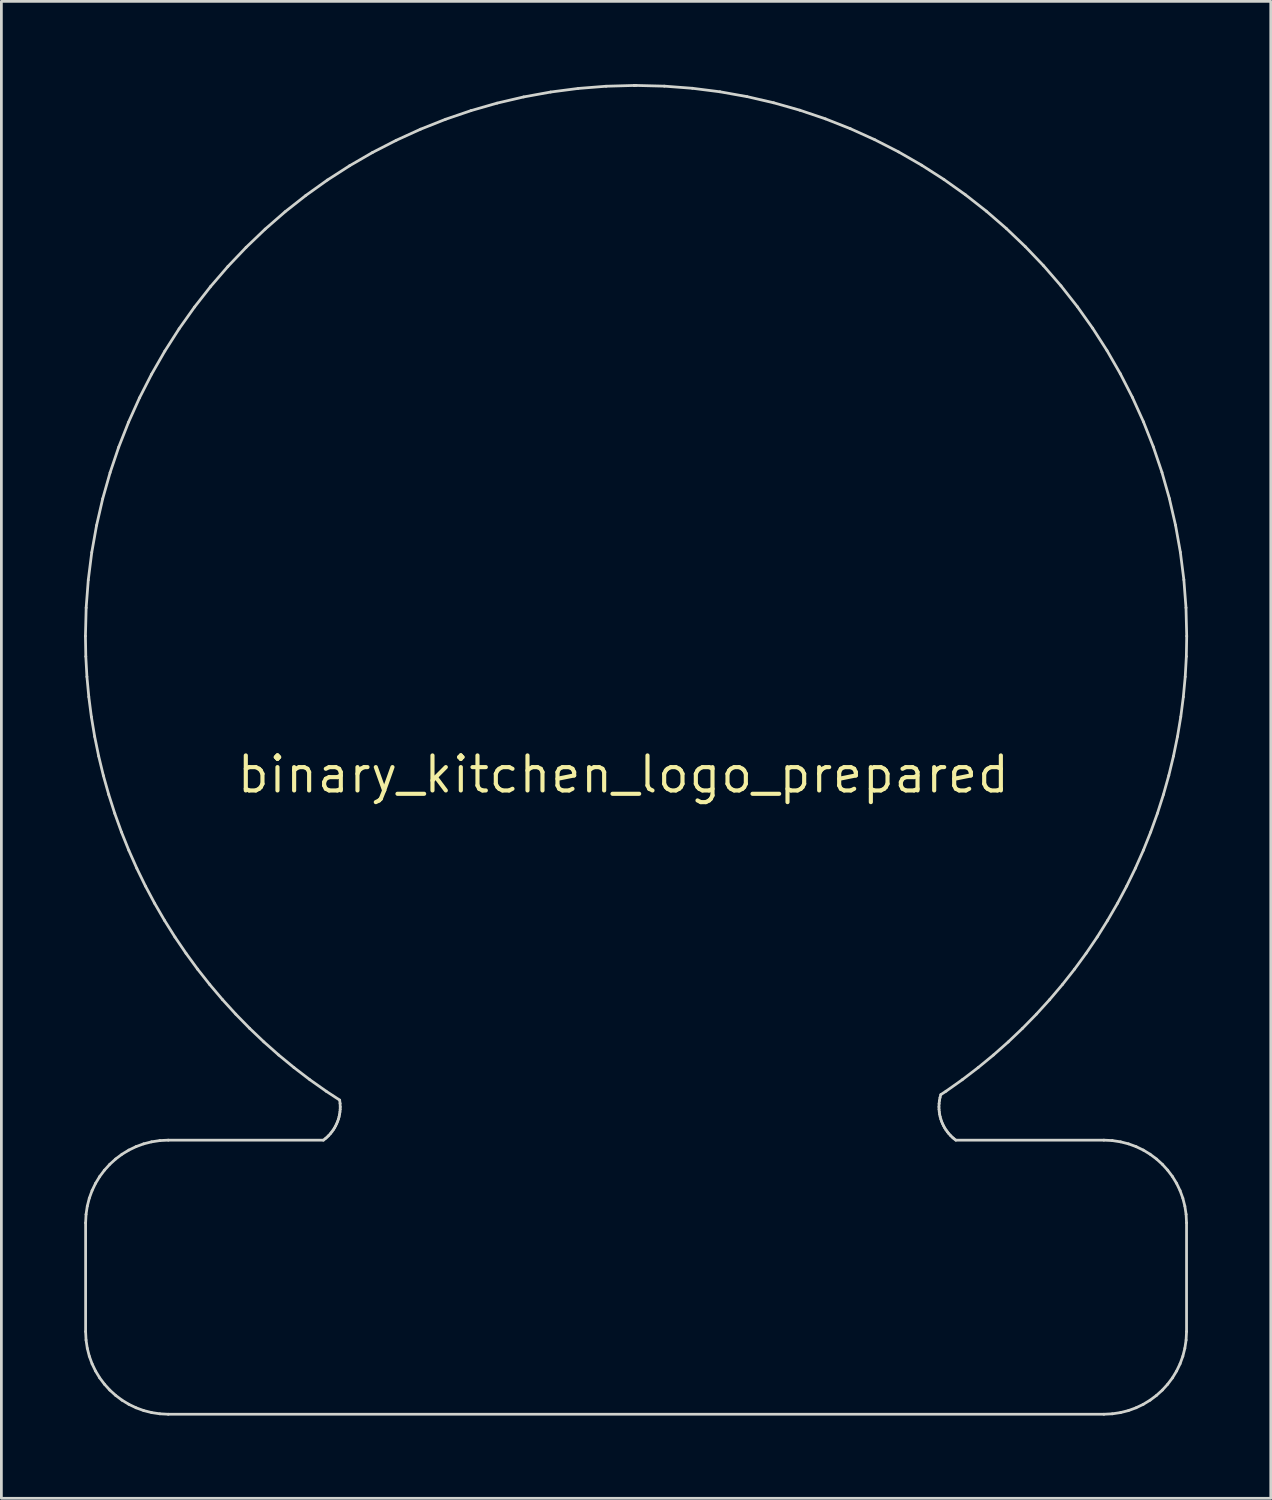
<source format=kicad_pcb>
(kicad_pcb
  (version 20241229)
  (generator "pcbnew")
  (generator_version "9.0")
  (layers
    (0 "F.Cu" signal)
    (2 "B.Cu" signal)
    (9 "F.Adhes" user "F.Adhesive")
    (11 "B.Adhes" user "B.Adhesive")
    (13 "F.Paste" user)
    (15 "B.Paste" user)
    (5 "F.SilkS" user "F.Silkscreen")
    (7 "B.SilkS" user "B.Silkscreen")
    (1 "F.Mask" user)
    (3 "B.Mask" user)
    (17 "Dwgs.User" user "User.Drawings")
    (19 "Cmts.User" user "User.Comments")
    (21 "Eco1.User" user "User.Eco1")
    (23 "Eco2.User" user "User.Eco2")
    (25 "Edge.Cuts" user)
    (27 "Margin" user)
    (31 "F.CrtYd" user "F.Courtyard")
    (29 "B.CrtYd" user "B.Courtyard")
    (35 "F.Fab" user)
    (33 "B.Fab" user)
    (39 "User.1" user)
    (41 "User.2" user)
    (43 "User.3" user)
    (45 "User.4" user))
  (footprint "binary_kitchen_logo_prepared"
    (layer "F.Cu")
    (at 19.566 25.05)
    (property "Reference" "binary_kitchen_logo_prepared" (at 0 0 0) (layer "F.SilkS") (effects (font (size 1.27 1.27) (thickness 0.15))))
    (attr through_hole)
    (fp_poly (pts (xy 7.959 18.957) (xy 8.364 18.972) (xy 8.56 18.981) (xy 8.688 18.995) (xy 8.768 19.018) (xy 8.816 19.052) (xy 8.83 19.069) (xy 8.886 19.21) (xy 8.862 19.357) (xy 8.83 19.412) (xy 8.806 19.438) (xy 8.771 19.458) (xy 8.714 19.473) (xy 8.623 19.484) (xy 8.49 19.492) (xy 8.303 19.498) (xy 8.052 19.503) (xy 7.729 19.507) (xy 6.689 19.52) (xy 6.579 19.41) (xy 6.504 19.314) (xy 6.49 19.223) (xy 6.497 19.185) (xy 6.532 19.085) (xy 6.567 19.029) (xy 6.625 19.009) (xy 6.747 18.991) (xy 6.911 18.977) (xy 7.008 18.972) (xy 7.408 18.957) (xy 7.408 16.933) (xy 7.152 16.933) (xy 6.998 16.928) (xy 6.898 16.905) (xy 6.821 16.856) (xy 6.789 16.825) (xy 6.714 16.73) (xy 6.702 16.637) (xy 6.709 16.603) (xy 6.744 16.503) (xy 6.778 16.447) (xy 6.834 16.43) (xy 6.957 16.414) (xy 7.131 16.401) (xy 7.339 16.392) (xy 7.389 16.39) (xy 7.959 16.376) (xy 7.959 18.957)) (stroke (width 0.01) (type solid)) (fill yes) (layer "F.Mask"))
    (fp_poly (pts (xy -15.723 16.597) (xy -15.454 16.602) (xy -15.243 16.612) (xy -15.096 16.624) (xy -15.026 16.638) (xy -15.026 16.638) (xy -14.97 16.71) (xy -14.943 16.825) (xy -14.948 16.949) (xy -14.987 17.044) (xy -14.994 17.052) (xy -15.066 17.079) (xy -15.208 17.097) (xy -15.397 17.103) (xy -15.748 17.103) (xy -15.748 18.965) (xy -15.44 18.965) (xy -15.218 18.976) (xy -15.069 19.013) (xy -14.983 19.08) (xy -14.951 19.185) (xy -14.952 19.254) (xy -14.964 19.335) (xy -14.991 19.397) (xy -15.044 19.443) (xy -15.132 19.475) (xy -15.265 19.496) (xy -15.453 19.508) (xy -15.706 19.513) (xy -16.023 19.514) (xy -16.361 19.512) (xy -16.62 19.505) (xy -16.806 19.494) (xy -16.927 19.477) (xy -16.976 19.461) (xy -17.057 19.392) (xy -17.092 19.276) (xy -17.094 19.254) (xy -17.086 19.129) (xy -17.028 19.043) (xy -16.913 18.991) (xy -16.729 18.968) (xy -16.606 18.965) (xy -16.298 18.965) (xy -16.298 17.103) (xy -16.634 17.103) (xy -16.844 17.094) (xy -16.983 17.064) (xy -17.064 17.006) (xy -17.099 16.914) (xy -17.103 16.849) (xy -17.099 16.771) (xy -17.083 16.71) (xy -17.043 16.666) (xy -16.971 16.634) (xy -16.856 16.614) (xy -16.689 16.602) (xy -16.46 16.596) (xy -16.159 16.595) (xy -16.039 16.595) (xy -15.723 16.597)) (stroke (width 0.01) (type solid)) (fill yes) (layer "F.Mask"))
    (fp_poly (pts (xy 5.142 17.305) (xy 5.431 17.438) (xy 5.684 17.646) (xy 5.7 17.662) (xy 5.882 17.911) (xy 5.983 18.174) (xy 6.005 18.461) (xy 6.003 18.488) (xy 5.951 18.773) (xy 5.833 19.017) (xy 5.683 19.201) (xy 5.455 19.378) (xy 5.179 19.504) (xy 4.876 19.571) (xy 4.567 19.575) (xy 4.381 19.543) (xy 4.189 19.485) (xy 4.038 19.413) (xy 3.891 19.306) (xy 3.803 19.229) (xy 3.626 19.039) (xy 3.516 18.84) (xy 3.462 18.608) (xy 3.452 18.415) (xy 3.979 18.415) (xy 3.993 18.572) (xy 4.045 18.691) (xy 4.094 18.756) (xy 4.286 18.923) (xy 4.518 19.019) (xy 4.776 19.041) (xy 5.003 19.001) (xy 5.145 18.931) (xy 5.286 18.819) (xy 5.314 18.789) (xy 5.406 18.674) (xy 5.449 18.57) (xy 5.461 18.434) (xy 5.461 18.415) (xy 5.452 18.273) (xy 5.413 18.167) (xy 5.328 18.056) (xy 5.314 18.041) (xy 5.124 17.888) (xy 4.901 17.804) (xy 4.664 17.787) (xy 4.431 17.837) (xy 4.218 17.955) (xy 4.094 18.074) (xy 4.016 18.191) (xy 3.983 18.322) (xy 3.979 18.415) (xy 3.452 18.415) (xy 3.466 18.173) (xy 3.518 17.981) (xy 3.618 17.806) (xy 3.762 17.639) (xy 3.952 17.472) (xy 4.166 17.358) (xy 4.43 17.283) (xy 4.48 17.273) (xy 4.823 17.25) (xy 5.142 17.305)) (stroke (width 0.01) (type solid)) (fill yes) (layer "F.Mask"))
    (fp_poly (pts (xy 17.457 17.284) (xy 17.502 17.294) (xy 17.701 17.373) (xy 17.842 17.49) (xy 17.914 17.633) (xy 17.921 17.699) (xy 17.888 17.833) (xy 17.8 17.919) (xy 17.676 17.948) (xy 17.536 17.916) (xy 17.453 17.865) (xy 17.36 17.805) (xy 17.286 17.78) (xy 17.285 17.78) (xy 17.177 17.809) (xy 17.019 17.892) (xy 16.821 18.025) (xy 16.711 18.106) (xy 16.468 18.293) (xy 16.468 18.965) (xy 16.882 18.965) (xy 17.124 18.972) (xy 17.294 18.995) (xy 17.403 19.039) (xy 17.462 19.11) (xy 17.483 19.213) (xy 17.484 19.241) (xy 17.479 19.325) (xy 17.458 19.39) (xy 17.412 19.439) (xy 17.33 19.473) (xy 17.204 19.495) (xy 17.022 19.508) (xy 16.777 19.514) (xy 16.458 19.516) (xy 16.414 19.516) (xy 15.532 19.516) (xy 15.425 19.408) (xy 15.35 19.312) (xy 15.338 19.219) (xy 15.345 19.185) (xy 15.378 19.087) (xy 15.431 19.027) (xy 15.524 18.994) (xy 15.679 18.976) (xy 15.705 18.974) (xy 15.96 18.955) (xy 15.96 17.822) (xy 15.776 17.822) (xy 15.614 17.794) (xy 15.502 17.72) (xy 15.451 17.616) (xy 15.468 17.496) (xy 15.536 17.399) (xy 15.586 17.359) (xy 15.654 17.334) (xy 15.757 17.321) (xy 15.914 17.315) (xy 16.044 17.314) (xy 16.468 17.314) (xy 16.468 17.61) (xy 16.7 17.461) (xy 16.962 17.326) (xy 17.209 17.268) (xy 17.457 17.284)) (stroke (width 0.01) (type solid)) (fill yes) (layer "F.Mask"))
    (fp_poly (pts (xy -9.054 17.251) (xy -8.975 17.314) (xy -8.933 17.368) (xy -8.908 17.441) (xy -8.894 17.553) (xy -8.89 17.724) (xy -8.89 17.78) (xy -8.893 17.97) (xy -8.903 18.095) (xy -8.925 18.176) (xy -8.962 18.233) (xy -8.975 18.246) (xy -9.095 18.319) (xy -9.22 18.314) (xy -9.335 18.237) (xy -9.423 18.095) (xy -9.51 17.954) (xy -9.64 17.861) (xy -9.828 17.808) (xy -9.959 17.793) (xy -10.225 17.806) (xy -10.45 17.883) (xy -10.623 18.018) (xy -10.737 18.205) (xy -10.782 18.401) (xy -10.781 18.569) (xy -10.738 18.7) (xy -10.715 18.741) (xy -10.62 18.863) (xy -10.503 18.947) (xy -10.349 18.998) (xy -10.141 19.023) (xy -9.927 19.029) (xy -9.726 19.027) (xy -9.586 19.017) (xy -9.482 18.997) (xy -9.391 18.959) (xy -9.306 18.912) (xy -9.117 18.823) (xy -8.971 18.802) (xy -8.858 18.849) (xy -8.833 18.873) (xy -8.771 18.994) (xy -8.784 19.124) (xy -8.864 19.252) (xy -9.002 19.368) (xy -9.192 19.462) (xy -9.282 19.491) (xy -9.504 19.538) (xy -9.764 19.568) (xy -10.025 19.579) (xy -10.255 19.57) (xy -10.335 19.559) (xy -10.659 19.467) (xy -10.921 19.321) (xy -11.118 19.121) (xy -11.248 18.873) (xy -11.309 18.577) (xy -11.313 18.455) (xy -11.273 18.131) (xy -11.16 17.845) (xy -10.978 17.604) (xy -10.73 17.415) (xy -10.604 17.351) (xy -10.408 17.292) (xy -10.162 17.261) (xy -9.898 17.258) (xy -9.648 17.284) (xy -9.535 17.31) (xy -9.41 17.337) (xy -9.327 17.331) (xy -9.261 17.295) (xy -9.148 17.237) (xy -9.054 17.251)) (stroke (width 0.01) (type solid)) (fill yes) (layer "F.Mask"))
    (fp_poly (pts (xy 7.121 4.805) (xy 10.281 6.097) (xy 10.697 6.111) (xy 10.97 6.132) (xy 11.247 6.171) (xy 11.451 6.215) (xy 11.609 6.262) (xy 11.801 6.326) (xy 12.009 6.4) (xy 12.215 6.478) (xy 12.402 6.553) (xy 12.552 6.619) (xy 12.648 6.668) (xy 12.669 6.683) (xy 12.665 6.732) (xy 12.633 6.842) (xy 12.578 7) (xy 12.506 7.191) (xy 12.423 7.4) (xy 12.336 7.612) (xy 12.251 7.812) (xy 12.173 7.986) (xy 12.108 8.119) (xy 12.063 8.196) (xy 12.047 8.21) (xy 11.991 8.193) (xy 11.876 8.149) (xy 11.719 8.086) (xy 11.578 8.027) (xy 11.169 7.844) (xy 10.831 7.672) (xy 10.556 7.505) (xy 10.332 7.336) (xy 10.15 7.16) (xy 10.134 7.142) (xy 10.102 7.107) (xy 10.066 7.074) (xy 10.022 7.04) (xy 9.964 7.002) (xy 9.885 6.958) (xy 9.782 6.906) (xy 9.649 6.844) (xy 9.48 6.769) (xy 9.27 6.678) (xy 9.014 6.57) (xy 8.707 6.441) (xy 8.342 6.291) (xy 7.916 6.115) (xy 7.421 5.912) (xy 6.854 5.68) (xy 6.837 5.672) (xy 6.335 5.467) (xy 5.846 5.266) (xy 5.376 5.074) (xy 4.934 4.893) (xy 4.526 4.727) (xy 4.159 4.577) (xy 3.84 4.447) (xy 3.577 4.339) (xy 3.376 4.258) (xy 3.246 4.205) (xy 3.227 4.197) (xy 3.047 4.122) (xy 2.904 4.056) (xy 2.811 4.005) (xy 2.782 3.978) (xy 2.783 3.977) (xy 2.832 3.953) (xy 2.946 3.905) (xy 3.109 3.839) (xy 3.306 3.762) (xy 3.389 3.731) (xy 3.962 3.512) (xy 7.121 4.805)) (stroke (width 0.01) (type solid)) (fill yes) (layer "F.Mask"))
    (fp_poly (pts (xy 11.811 18.965) (xy 11.912 18.965) (xy 12.048 19.001) (xy 12.153 19.094) (xy 12.202 19.22) (xy 12.203 19.241) (xy 12.183 19.357) (xy 12.116 19.437) (xy 11.993 19.487) (xy 11.804 19.512) (xy 11.637 19.516) (xy 11.452 19.513) (xy 11.338 19.504) (xy 11.279 19.486) (xy 11.261 19.456) (xy 11.261 19.452) (xy 11.258 19.409) (xy 11.238 19.395) (xy 11.182 19.411) (xy 11.07 19.46) (xy 11.043 19.472) (xy 10.861 19.526) (xy 10.631 19.552) (xy 10.386 19.55) (xy 10.158 19.52) (xy 10.047 19.489) (xy 9.793 19.357) (xy 9.589 19.168) (xy 9.439 18.935) (xy 9.347 18.671) (xy 9.317 18.39) (xy 9.323 18.346) (xy 9.867 18.346) (xy 9.877 18.546) (xy 9.95 18.733) (xy 10.088 18.889) (xy 10.114 18.909) (xy 10.312 19) (xy 10.542 19.034) (xy 10.775 19.011) (xy 10.968 18.935) (xy 11.13 18.797) (xy 11.227 18.622) (xy 11.261 18.427) (xy 11.233 18.23) (xy 11.142 18.048) (xy 10.99 17.899) (xy 10.923 17.858) (xy 10.736 17.798) (xy 10.516 17.783) (xy 10.304 17.815) (xy 10.203 17.854) (xy 10.032 17.982) (xy 9.919 18.152) (xy 9.867 18.346) (xy 9.323 18.346) (xy 9.353 18.106) (xy 9.46 17.833) (xy 9.525 17.725) (xy 9.711 17.525) (xy 9.951 17.376) (xy 10.227 17.281) (xy 10.522 17.246) (xy 10.82 17.273) (xy 11.07 17.352) (xy 11.261 17.437) (xy 11.261 17.19) (xy 11.258 17.052) (xy 11.245 16.975) (xy 11.208 16.939) (xy 11.137 16.919) (xy 11.127 16.917) (xy 10.981 16.87) (xy 10.904 16.79) (xy 10.88 16.664) (xy 10.88 16.655) (xy 10.896 16.541) (xy 10.953 16.463) (xy 11.062 16.414) (xy 11.233 16.389) (xy 11.439 16.383) (xy 11.811 16.383) (xy 11.811 18.965)) (stroke (width 0.01) (type solid)) (fill yes) (layer "F.Mask"))
    (fp_poly (pts (xy 13.762 17.26) (xy 13.904 17.278) (xy 14.035 17.319) (xy 14.192 17.391) (xy 14.202 17.395) (xy 14.472 17.569) (xy 14.671 17.787) (xy 14.798 18.049) (xy 14.853 18.357) (xy 14.856 18.426) (xy 14.859 18.669) (xy 13.864 18.669) (xy 13.549 18.669) (xy 13.309 18.67) (xy 13.135 18.673) (xy 13.017 18.679) (xy 12.946 18.688) (xy 12.911 18.701) (xy 12.904 18.72) (xy 12.915 18.745) (xy 12.922 18.756) (xy 13.059 18.9) (xy 13.26 18.994) (xy 13.521 19.037) (xy 13.838 19.028) (xy 14.206 18.967) (xy 14.218 18.965) (xy 14.411 18.922) (xy 14.541 18.898) (xy 14.626 18.892) (xy 14.686 18.904) (xy 14.739 18.931) (xy 14.754 18.941) (xy 14.837 19.038) (xy 14.852 19.16) (xy 14.802 19.282) (xy 14.732 19.352) (xy 14.596 19.42) (xy 14.397 19.48) (xy 14.157 19.529) (xy 13.899 19.564) (xy 13.644 19.581) (xy 13.414 19.577) (xy 13.265 19.558) (xy 12.956 19.457) (xy 12.697 19.297) (xy 12.495 19.087) (xy 12.356 18.836) (xy 12.289 18.553) (xy 12.288 18.332) (xy 12.326 18.156) (xy 12.897 18.156) (xy 12.909 18.176) (xy 12.955 18.189) (xy 13.045 18.197) (xy 13.191 18.202) (xy 13.404 18.203) (xy 13.566 18.203) (xy 13.81 18.201) (xy 14.014 18.195) (xy 14.165 18.185) (xy 14.251 18.173) (xy 14.266 18.164) (xy 14.233 18.095) (xy 14.147 18.006) (xy 14.033 17.917) (xy 13.914 17.848) (xy 13.852 17.824) (xy 13.602 17.788) (xy 13.362 17.813) (xy 13.148 17.894) (xy 12.98 18.024) (xy 12.906 18.129) (xy 12.897 18.156) (xy 12.326 18.156) (xy 12.355 18.026) (xy 12.496 17.76) (xy 12.707 17.54) (xy 12.984 17.368) (xy 12.996 17.363) (xy 13.146 17.303) (xy 13.293 17.27) (xy 13.472 17.257) (xy 13.573 17.255) (xy 13.762 17.26)) (stroke (width 0.01) (type solid)) (fill yes) (layer "F.Mask"))
    (fp_poly (pts (xy -6.891 17.276) (xy -6.719 17.309) (xy -6.71 17.312) (xy -6.529 17.383) (xy -6.394 17.467) (xy -6.298 17.578) (xy -6.235 17.726) (xy -6.198 17.926) (xy -6.183 18.19) (xy -6.181 18.384) (xy -6.181 18.955) (xy -6.01 18.982) (xy -5.885 19.016) (xy -5.817 19.079) (xy -5.798 19.117) (xy -5.775 19.268) (xy -5.82 19.394) (xy -5.911 19.468) (xy -6 19.491) (xy -6.137 19.506) (xy -6.298 19.514) (xy -6.461 19.514) (xy -6.604 19.506) (xy -6.704 19.491) (xy -6.739 19.472) (xy -6.787 19.454) (xy -6.903 19.481) (xy -6.927 19.489) (xy -7.096 19.533) (xy -7.301 19.564) (xy -7.508 19.579) (xy -7.687 19.576) (xy -7.768 19.563) (xy -7.99 19.476) (xy -8.183 19.347) (xy -8.329 19.19) (xy -8.408 19.025) (xy -8.416 18.888) (xy -7.862 18.888) (xy -7.85 18.927) (xy -7.762 18.996) (xy -7.614 19.031) (xy -7.427 19.034) (xy -7.218 19.005) (xy -7.007 18.943) (xy -6.924 18.908) (xy -6.788 18.84) (xy -6.716 18.782) (xy -6.69 18.721) (xy -6.689 18.698) (xy -6.703 18.627) (xy -6.761 18.588) (xy -6.847 18.569) (xy -7.132 18.544) (xy -7.393 18.563) (xy -7.605 18.623) (xy -7.606 18.624) (xy -7.741 18.705) (xy -7.831 18.799) (xy -7.862 18.888) (xy -8.416 18.888) (xy -8.42 18.813) (xy -8.352 18.609) (xy -8.208 18.422) (xy -7.994 18.257) (xy -7.898 18.203) (xy -7.762 18.136) (xy -7.653 18.093) (xy -7.545 18.069) (xy -7.412 18.059) (xy -7.227 18.057) (xy -7.167 18.057) (xy -6.971 18.057) (xy -6.844 18.053) (xy -6.773 18.042) (xy -6.742 18.021) (xy -6.738 17.987) (xy -6.74 17.974) (xy -6.794 17.872) (xy -6.921 17.81) (xy -7.116 17.786) (xy -7.375 17.802) (xy -7.639 17.847) (xy -7.806 17.88) (xy -7.913 17.893) (xy -7.985 17.886) (xy -8.044 17.86) (xy -8.067 17.846) (xy -8.14 17.757) (xy -8.172 17.636) (xy -8.16 17.517) (xy -8.114 17.448) (xy -7.995 17.385) (xy -7.813 17.334) (xy -7.59 17.295) (xy -7.348 17.271) (xy -7.107 17.264) (xy -6.891 17.276)) (stroke (width 0.01) (type solid)) (fill yes) (layer "F.Mask"))
    (fp_poly (pts (xy 2.633 17.253) (xy 2.709 17.314) (xy 2.762 17.414) (xy 2.792 17.566) (xy 2.797 17.737) (xy 2.777 17.899) (xy 2.731 18.02) (xy 2.728 18.025) (xy 2.628 18.104) (xy 2.504 18.113) (xy 2.375 18.053) (xy 2.325 18.007) (xy 2.139 17.865) (xy 1.909 17.792) (xy 1.648 17.789) (xy 1.471 17.825) (xy 1.362 17.874) (xy 1.312 17.936) (xy 1.33 17.995) (xy 1.348 18.009) (xy 1.401 18.024) (xy 1.52 18.05) (xy 1.688 18.083) (xy 1.885 18.119) (xy 2.221 18.191) (xy 2.479 18.276) (xy 2.668 18.381) (xy 2.794 18.511) (xy 2.864 18.671) (xy 2.886 18.866) (xy 2.858 19.058) (xy 2.768 19.218) (xy 2.605 19.363) (xy 2.583 19.378) (xy 2.379 19.479) (xy 2.122 19.548) (xy 1.842 19.581) (xy 1.568 19.574) (xy 1.439 19.553) (xy 1.281 19.527) (xy 1.095 19.508) (xy 1.011 19.503) (xy 0.838 19.488) (xy 0.727 19.45) (xy 0.667 19.373) (xy 0.643 19.243) (xy 0.644 19.054) (xy 0.652 18.89) (xy 0.666 18.789) (xy 0.693 18.731) (xy 0.741 18.694) (xy 0.777 18.675) (xy 0.909 18.646) (xy 1.031 18.675) (xy 1.114 18.752) (xy 1.129 18.79) (xy 1.177 18.861) (xy 1.268 18.938) (xy 1.284 18.947) (xy 1.418 18.998) (xy 1.602 19.026) (xy 1.806 19.033) (xy 2 19.019) (xy 2.157 18.982) (xy 2.212 18.955) (xy 2.296 18.876) (xy 2.296 18.804) (xy 2.213 18.74) (xy 2.046 18.683) (xy 1.798 18.635) (xy 1.736 18.626) (xy 1.423 18.574) (xy 1.184 18.512) (xy 1.006 18.435) (xy 0.878 18.341) (xy 0.867 18.329) (xy 0.794 18.243) (xy 0.756 18.157) (xy 0.742 18.038) (xy 0.741 17.944) (xy 0.745 17.798) (xy 0.765 17.702) (xy 0.818 17.623) (xy 0.916 17.526) (xy 0.916 17.526) (xy 1.056 17.418) (xy 1.21 17.334) (xy 1.276 17.31) (xy 1.435 17.28) (xy 1.634 17.264) (xy 1.845 17.262) (xy 2.039 17.273) (xy 2.186 17.299) (xy 2.215 17.309) (xy 2.321 17.335) (xy 2.407 17.306) (xy 2.426 17.293) (xy 2.538 17.237) (xy 2.633 17.253)) (stroke (width 0.01) (type solid)) (fill yes) (layer "F.Mask"))
    (fp_poly (pts (xy -3.719 17.286) (xy -3.494 17.382) (xy -3.31 17.532) (xy -3.23 17.642) (xy -3.184 17.728) (xy -3.151 17.811) (xy -3.129 17.912) (xy -3.115 18.047) (xy -3.105 18.235) (xy -3.099 18.399) (xy -3.09 18.629) (xy -3.08 18.788) (xy -3.067 18.89) (xy -3.048 18.949) (xy -3.021 18.979) (xy -2.999 18.989) (xy -2.888 19.06) (xy -2.827 19.17) (xy -2.819 19.293) (xy -2.866 19.404) (xy -2.947 19.468) (xy -3.058 19.495) (xy -3.221 19.51) (xy -3.408 19.513) (xy -3.591 19.504) (xy -3.74 19.483) (xy -3.81 19.461) (xy -3.882 19.407) (xy -3.912 19.322) (xy -3.916 19.239) (xy -3.907 19.125) (xy -3.867 19.059) (xy -3.778 19.011) (xy -3.641 18.95) (xy -3.641 18.476) (xy -3.645 18.222) (xy -3.663 18.041) (xy -3.701 17.92) (xy -3.768 17.848) (xy -3.871 17.812) (xy -4.017 17.801) (xy -4.056 17.801) (xy -4.213 17.807) (xy -4.322 17.834) (xy -4.422 17.893) (xy -4.473 17.933) (xy -4.636 18.064) (xy -4.648 18.515) (xy -4.652 18.715) (xy -4.65 18.846) (xy -4.64 18.921) (xy -4.62 18.956) (xy -4.588 18.965) (xy -4.583 18.965) (xy -4.491 18.989) (xy -4.41 19.033) (xy -4.337 19.13) (xy -4.32 19.255) (xy -4.357 19.376) (xy -4.445 19.461) (xy -4.549 19.489) (xy -4.71 19.507) (xy -4.902 19.514) (xy -5.098 19.51) (xy -5.271 19.496) (xy -5.395 19.471) (xy -5.419 19.461) (xy -5.507 19.381) (xy -5.538 19.269) (xy -5.527 19.124) (xy -5.453 19.032) (xy -5.331 18.986) (xy -5.207 18.959) (xy -5.207 18.39) (xy -5.208 18.161) (xy -5.212 18.003) (xy -5.22 17.903) (xy -5.235 17.849) (xy -5.258 17.826) (xy -5.285 17.822) (xy -5.386 17.785) (xy -5.467 17.695) (xy -5.503 17.582) (xy -5.503 17.576) (xy -5.478 17.458) (xy -5.396 17.378) (xy -5.249 17.331) (xy -5.031 17.315) (xy -4.995 17.314) (xy -4.826 17.316) (xy -4.725 17.325) (xy -4.674 17.344) (xy -4.658 17.377) (xy -4.657 17.396) (xy -4.651 17.44) (xy -4.622 17.448) (xy -4.552 17.417) (xy -4.456 17.365) (xy -4.218 17.273) (xy -3.966 17.248) (xy -3.719 17.286)) (stroke (width 0.01) (type solid)) (fill yes) (layer "F.Mask"))
    (fp_poly (pts (xy -13.936 -5.174) (xy -13.892 -5.171) (xy -13.843 -5.164) (xy -13.783 -5.152) (xy -13.711 -5.133) (xy -13.621 -5.106) (xy -13.51 -5.069) (xy -13.375 -5.021) (xy -13.213 -4.961) (xy -13.019 -4.887) (xy -12.79 -4.798) (xy -12.523 -4.693) (xy -12.214 -4.569) (xy -11.859 -4.426) (xy -11.455 -4.263) (xy -10.998 -4.077) (xy -10.484 -3.867) (xy -9.911 -3.633) (xy -9.274 -3.372) (xy -8.571 -3.084) (xy -7.796 -2.766) (xy -6.947 -2.417) (xy -6.825 -2.367) (xy -5.755 -1.928) (xy -5.713 -1.771) (xy -5.636 -1.612) (xy -5.51 -1.484) (xy -5.361 -1.409) (xy -5.278 -1.397) (xy -5.149 -1.42) (xy -5.016 -1.476) (xy -5.004 -1.482) (xy -4.906 -1.535) (xy -4.835 -1.542) (xy -4.748 -1.506) (xy -4.74 -1.502) (xy -4.591 -1.391) (xy -4.506 -1.242) (xy -4.484 -1.05) (xy -4.525 -0.811) (xy -4.628 -0.518) (xy -4.632 -0.509) (xy -4.699 -0.347) (xy -4.75 -0.212) (xy -4.779 -0.126) (xy -4.783 -0.107) (xy -4.744 -0.083) (xy -4.635 -0.031) (xy -4.461 0.047) (xy -4.229 0.147) (xy -3.947 0.268) (xy -3.622 0.404) (xy -3.261 0.555) (xy -2.871 0.716) (xy -2.599 0.827) (xy -2.193 0.993) (xy -1.812 1.151) (xy -1.463 1.297) (xy -1.152 1.428) (xy -0.887 1.541) (xy -0.675 1.634) (xy -0.523 1.704) (xy -0.438 1.746) (xy -0.421 1.758) (xy -0.46 1.79) (xy -0.56 1.845) (xy -0.705 1.916) (xy -0.876 1.994) (xy -1.056 2.072) (xy -1.229 2.144) (xy -1.376 2.2) (xy -1.48 2.233) (xy -1.517 2.239) (xy -1.57 2.223) (xy -1.693 2.177) (xy -1.877 2.105) (xy -2.113 2.012) (xy -2.392 1.899) (xy -2.707 1.772) (xy -3.048 1.632) (xy -3.196 1.571) (xy -3.551 1.424) (xy -3.887 1.286) (xy -4.195 1.159) (xy -4.466 1.047) (xy -4.691 0.955) (xy -4.859 0.886) (xy -4.962 0.844) (xy -4.981 0.836) (xy -5.157 0.766) (xy -5.319 1.171) (xy -5.445 1.449) (xy -5.569 1.648) (xy -5.701 1.776) (xy -5.846 1.837) (xy -6.012 1.838) (xy -6.107 1.818) (xy -6.218 1.769) (xy -6.271 1.691) (xy -6.279 1.659) (xy -6.325 1.548) (xy -6.406 1.437) (xy -6.414 1.429) (xy -6.574 1.316) (xy -6.746 1.286) (xy -6.933 1.34) (xy -6.937 1.342) (xy -7.098 1.422) (xy -11.093 -0.213) (xy -11.747 -0.48) (xy -12.327 -0.718) (xy -12.838 -0.928) (xy -13.285 -1.112) (xy -13.671 -1.272) (xy -14.002 -1.411) (xy -14.282 -1.529) (xy -14.515 -1.63) (xy -14.708 -1.714) (xy -14.863 -1.785) (xy -14.985 -1.844) (xy -15.081 -1.892) (xy -15.152 -1.933) (xy -15.206 -1.968) (xy -15.245 -1.999) (xy -15.261 -2.014) (xy -15.443 -2.233) (xy -15.556 -2.465) (xy -15.58 -2.615) (xy -14.348 -2.615) (xy -14.325 -2.55) (xy -14.28 -2.524) (xy -14.164 -2.47) (xy -13.983 -2.389) (xy -13.742 -2.285) (xy -13.45 -2.159) (xy -13.112 -2.015) (xy -12.736 -1.856) (xy -12.326 -1.684) (xy -11.891 -1.502) (xy -11.437 -1.312) (xy -10.97 -1.118) (xy -10.498 -0.922) (xy -10.025 -0.727) (xy -9.56 -0.535) (xy -9.108 -0.35) (xy -8.677 -0.174) (xy -8.272 -0.009) (xy -7.901 0.141) (xy -7.57 0.274) (xy -7.285 0.387) (xy -7.054 0.478) (xy -6.882 0.543) (xy -6.777 0.58) (xy -6.747 0.588) (xy -6.652 0.567) (xy -6.61 0.536) (xy -6.587 0.467) (xy -6.615 0.414) (xy -6.661 0.389) (xy -6.78 0.334) (xy -6.966 0.252) (xy -7.215 0.145) (xy -7.52 0.016) (xy -7.877 -0.135) (xy -8.279 -0.303) (xy -8.721 -0.487) (xy -9.199 -0.685) (xy -9.706 -0.894) (xy -10.237 -1.112) (xy -10.455 -1.201) (xy -11.09 -1.461) (xy -11.65 -1.689) (xy -12.142 -1.889) (xy -12.569 -2.063) (xy -12.936 -2.21) (xy -13.247 -2.335) (xy -13.508 -2.437) (xy -13.722 -2.52) (xy -13.894 -2.584) (xy -14.029 -2.632) (xy -14.132 -2.666) (xy -14.206 -2.686) (xy -14.257 -2.695) (xy -14.289 -2.695) (xy -14.306 -2.687) (xy -14.307 -2.687) (xy -14.348 -2.615) (xy -15.58 -2.615) (xy -15.592 -2.688) (xy -15.576 -2.774) (xy -15.531 -2.923) (xy -15.462 -3.122) (xy -15.376 -3.358) (xy -15.277 -3.618) (xy -15.205 -3.799) (xy -14.624 -3.799) (xy -14.573 -3.736) (xy -14.487 -3.74) (xy -14.36 -3.812) (xy -14.322 -3.84) (xy -14.274 -3.877) (xy -14.23 -3.908) (xy -14.184 -3.933) (xy -14.131 -3.949) (xy -14.067 -3.955) (xy -13.986 -3.95) (xy -13.885 -3.933) (xy -13.758 -3.9) (xy -13.601 -3.851) (xy -13.409 -3.785) (xy -13.177 -3.7) (xy -12.9 -3.593) (xy -12.574 -3.464) (xy -12.194 -3.312) (xy -11.755 -3.133) (xy -11.252 -2.928) (xy -10.681 -2.693) (xy -10.036 -2.429) (xy -9.97 -2.401) (xy -9.431 -2.181) (xy -8.914 -1.97) (xy -8.424 -1.77) (xy -7.966 -1.584) (xy -7.545 -1.414) (xy -7.168 -1.262) (xy -6.839 -1.131) (xy -6.565 -1.022) (xy -6.35 -0.938) (xy -6.2 -0.881) (xy -6.121 -0.853) (xy -6.111 -0.851) (xy -6.027 -0.877) (xy -5.993 -0.918) (xy -5.984 -0.936) (xy -5.975 -0.953) (xy -5.971 -0.969) (xy -5.974 -0.986) (xy -5.989 -1.007) (xy -6.021 -1.032) (xy -6.071 -1.063) (xy -6.145 -1.103) (xy -6.247 -1.152) (xy -6.38 -1.212) (xy -6.548 -1.286) (xy -6.755 -1.375) (xy -7.006 -1.48) (xy -7.303 -1.604) (xy -7.65 -1.747) (xy -8.053 -1.912) (xy -8.514 -2.101) (xy -9.037 -2.315) (xy -9.626 -2.555) (xy -10.286 -2.824) (xy -11.019 -3.123) (xy -11.111 -3.16) (xy -11.554 -3.34) (xy -11.979 -3.511) (xy -12.376 -3.67) (xy -12.74 -3.814) (xy -13.064 -3.941) (xy -13.34 -4.047) (xy -13.56 -4.13) (xy -13.719 -4.187) (xy -13.808 -4.216) (xy -13.82 -4.219) (xy -13.976 -4.222) (xy -14.143 -4.2) (xy -14.175 -4.193) (xy -14.32 -4.135) (xy -14.455 -4.05) (xy -14.561 -3.953) (xy -14.621 -3.86) (xy -14.624 -3.799) (xy -15.205 -3.799) (xy -15.17 -3.886) (xy -15.063 -4.15) (xy -14.959 -4.397) (xy -14.864 -4.612) (xy -14.783 -4.781) (xy -14.723 -4.892) (xy -14.702 -4.922) (xy -14.548 -5.04) (xy -14.335 -5.125) (xy -14.084 -5.17) (xy -13.976 -5.175) (xy -13.936 -5.174)) (stroke (width 0.01) (type solid)) (fill yes) (layer "F.Mask"))
    (fp_poly (pts (xy -3.543 -20.848) (xy -3.137 -20.808) (xy -2.74 -20.741) (xy -2.54 -20.697) (xy -1.831 -20.499) (xy -1.187 -20.247) (xy -0.608 -19.939) (xy -0.092 -19.576) (xy 0.359 -19.159) (xy 0.746 -18.686) (xy 0.797 -18.613) (xy 1.041 -18.282) (xy 1.269 -18.029) (xy 1.487 -17.851) (xy 1.7 -17.743) (xy 1.914 -17.702) (xy 2.001 -17.704) (xy 2.132 -17.726) (xy 2.183 -17.763) (xy 2.157 -17.809) (xy 2.056 -17.858) (xy 1.93 -17.894) (xy 1.767 -17.94) (xy 1.614 -17.999) (xy 1.541 -18.037) (xy 1.431 -18.121) (xy 1.318 -18.233) (xy 1.215 -18.356) (xy 1.136 -18.472) (xy 1.096 -18.562) (xy 1.099 -18.604) (xy 1.162 -18.651) (xy 1.284 -18.724) (xy 1.448 -18.813) (xy 1.637 -18.908) (xy 1.832 -19.002) (xy 2.016 -19.086) (xy 2.172 -19.15) (xy 2.224 -19.169) (xy 2.728 -19.321) (xy 3.215 -19.426) (xy 3.714 -19.489) (xy 4.255 -19.515) (xy 4.411 -19.516) (xy 5.132 -19.482) (xy 5.811 -19.383) (xy 6.446 -19.22) (xy 7.033 -18.992) (xy 7.567 -18.703) (xy 8.045 -18.353) (xy 8.063 -18.338) (xy 8.399 -18.003) (xy 8.656 -17.646) (xy 8.834 -17.273) (xy 8.935 -16.89) (xy 8.958 -16.502) (xy 8.906 -16.116) (xy 8.778 -15.736) (xy 8.575 -15.368) (xy 8.299 -15.019) (xy 7.951 -14.693) (xy 7.53 -14.396) (xy 7.498 -14.377) (xy 7.197 -14.213) (xy 6.868 -14.065) (xy 6.532 -13.938) (xy 6.209 -13.841) (xy 5.917 -13.778) (xy 5.69 -13.758) (xy 5.531 -13.746) (xy 5.434 -13.71) (xy 5.422 -13.698) (xy 5.402 -13.635) (xy 5.458 -13.593) (xy 5.581 -13.573) (xy 5.764 -13.578) (xy 5.765 -13.578) (xy 6.011 -13.601) (xy 6.011 -12.15) (xy 6.298 -12.15) (xy 6.521 -12.134) (xy 6.677 -12.083) (xy 6.777 -11.992) (xy 6.815 -11.918) (xy 6.819 -11.861) (xy 6.817 -11.726) (xy 6.812 -11.521) (xy 6.802 -11.253) (xy 6.788 -10.929) (xy 6.771 -10.556) (xy 6.752 -10.141) (xy 6.729 -9.691) (xy 6.705 -9.214) (xy 6.679 -8.716) (xy 6.651 -8.205) (xy 6.623 -7.687) (xy 6.594 -7.17) (xy 6.565 -6.66) (xy 6.536 -6.166) (xy 6.507 -5.694) (xy 6.48 -5.25) (xy 6.454 -4.843) (xy 6.43 -4.48) (xy 6.408 -4.166) (xy 6.389 -3.91) (xy 6.373 -3.719) (xy 6.36 -3.599) (xy 6.352 -3.56) (xy 6.315 -3.503) (xy 6.264 -3.457) (xy 6.189 -3.42) (xy 6.081 -3.389) (xy 5.931 -3.363) (xy 5.728 -3.34) (xy 5.464 -3.318) (xy 5.128 -3.295) (xy 4.974 -3.285) (xy 3.638 -3.215) (xy 2.254 -3.167) (xy 0.854 -3.143) (xy -0.534 -3.142) (xy -1.881 -3.166) (xy -2.307 -3.179) (xy -2.686 -3.193) (xy -3.079 -3.21) (xy -3.475 -3.229) (xy -3.866 -3.25) (xy -4.241 -3.272) (xy -4.59 -3.294) (xy -4.904 -3.315) (xy -5.173 -3.336) (xy -5.386 -3.355) (xy -5.535 -3.372) (xy -5.609 -3.386) (xy -5.646 -3.4) (xy -5.678 -3.414) (xy -5.708 -3.434) (xy -5.734 -3.465) (xy -5.758 -3.511) (xy -5.779 -3.578) (xy -5.8 -3.67) (xy -5.819 -3.793) (xy -5.838 -3.951) (xy -5.857 -4.15) (xy -5.877 -4.394) (xy -5.898 -4.688) (xy -5.911 -4.878) (xy -2.511 -4.878) (xy -2.401 -4.767) (xy -2.35 -4.72) (xy -2.297 -4.689) (xy -2.225 -4.67) (xy -2.117 -4.661) (xy -1.954 -4.657) (xy -1.785 -4.657) (xy -1.562 -4.658) (xy -1.408 -4.665) (xy -1.303 -4.679) (xy -1.233 -4.703) (xy -1.179 -4.738) (xy -1.079 -4.818) (xy -1.05 -7.388) (xy -1.05 -7.429) (xy 0.282 -7.429) (xy 0.283 -7.165) (xy 0.288 -6.964) (xy 0.299 -6.807) (xy 0.318 -6.672) (xy 0.349 -6.54) (xy 0.392 -6.39) (xy 0.397 -6.372) (xy 0.467 -6.165) (xy 0.549 -5.954) (xy 0.629 -5.775) (xy 0.648 -5.738) (xy 0.841 -5.439) (xy 1.077 -5.174) (xy 1.341 -4.956) (xy 1.617 -4.799) (xy 1.797 -4.736) (xy 2.008 -4.713) (xy 2.254 -4.737) (xy 2.502 -4.801) (xy 2.607 -4.844) (xy 2.88 -5.011) (xy 3.134 -5.253) (xy 3.364 -5.558) (xy 3.562 -5.916) (xy 3.72 -6.316) (xy 3.774 -6.498) (xy 3.827 -6.767) (xy 3.86 -7.09) (xy 3.874 -7.441) (xy 3.868 -7.791) (xy 3.842 -8.114) (xy 3.795 -8.382) (xy 3.795 -8.382) (xy 3.666 -8.791) (xy 3.492 -9.167) (xy 3.28 -9.5) (xy 3.04 -9.777) (xy 2.778 -9.987) (xy 2.629 -10.07) (xy 2.354 -10.159) (xy 2.057 -10.187) (xy 1.768 -10.154) (xy 1.545 -10.075) (xy 1.275 -9.899) (xy 1.019 -9.651) (xy 0.786 -9.346) (xy 0.585 -8.996) (xy 0.427 -8.614) (xy 0.373 -8.436) (xy 0.336 -8.287) (xy 0.31 -8.14) (xy 0.294 -7.973) (xy 0.285 -7.767) (xy 0.282 -7.501) (xy 0.282 -7.429) (xy -1.05 -7.429) (xy -1.045 -7.91) (xy -1.042 -8.389) (xy -1.04 -8.818) (xy -1.04 -9.193) (xy -1.042 -9.508) (xy -1.045 -9.758) (xy -1.05 -9.937) (xy -1.057 -10.039) (xy -1.06 -10.059) (xy -1.105 -10.133) (xy -1.181 -10.186) (xy -1.303 -10.219) (xy -1.481 -10.238) (xy -1.728 -10.245) (xy -1.783 -10.245) (xy -1.989 -10.243) (xy -2.128 -10.238) (xy -2.22 -10.224) (xy -2.282 -10.198) (xy -2.333 -10.159) (xy -2.351 -10.141) (xy -2.386 -10.105) (xy -2.412 -10.066) (xy -2.43 -10.014) (xy -2.442 -9.936) (xy -2.45 -9.821) (xy -2.454 -9.656) (xy -2.455 -9.429) (xy -2.455 -9.135) (xy -2.456 -8.879) (xy -2.458 -8.555) (xy -2.462 -8.18) (xy -2.466 -7.77) (xy -2.472 -7.343) (xy -2.478 -6.914) (xy -2.483 -6.556) (xy -2.511 -4.878) (xy -5.911 -4.878) (xy -5.921 -5.038) (xy -5.946 -5.449) (xy -5.974 -5.924) (xy -6.006 -6.47) (xy -6.042 -7.091) (xy -6.076 -7.688) (xy -6.109 -8.268) (xy -6.14 -8.825) (xy -6.17 -9.352) (xy -6.198 -9.845) (xy -6.224 -10.296) (xy -6.246 -10.701) (xy -6.266 -11.053) (xy -6.282 -11.347) (xy -6.295 -11.575) (xy -6.303 -11.734) (xy -6.307 -11.815) (xy -6.307 -11.825) (xy -6.279 -11.902) (xy -6.209 -12) (xy -6.184 -12.026) (xy -6.116 -12.088) (xy -6.05 -12.125) (xy -5.961 -12.143) (xy -5.824 -12.149) (xy -5.718 -12.15) (xy -5.376 -12.15) (xy -5.376 -13.257) (xy -4.921 -13.243) (xy -4.72 -13.238) (xy -4.589 -13.238) (xy -4.513 -13.247) (xy -4.477 -13.266) (xy -4.467 -13.298) (xy -4.466 -13.314) (xy -4.473 -13.352) (xy -4.503 -13.378) (xy -4.571 -13.397) (xy -4.692 -13.411) (xy -4.881 -13.424) (xy -4.914 -13.426) (xy -5.564 -13.497) (xy -6.191 -13.626) (xy -6.787 -13.807) (xy -7.346 -14.039) (xy -7.86 -14.317) (xy -8.323 -14.636) (xy -8.728 -14.994) (xy -9.068 -15.386) (xy -9.336 -15.808) (xy -9.4 -15.938) (xy -9.528 -16.242) (xy -9.61 -16.513) (xy -9.654 -16.788) (xy -9.668 -17.1) (xy -9.667 -17.166) (xy -9.627 -17.625) (xy -9.512 -18.057) (xy -9.321 -18.469) (xy -9.051 -18.867) (xy -8.807 -19.147) (xy -8.497 -19.45) (xy -8.181 -19.707) (xy -7.83 -19.938) (xy -7.487 -20.129) (xy -6.908 -20.395) (xy -6.31 -20.598) (xy -5.681 -20.742) (xy -5.008 -20.829) (xy -4.48 -20.859) (xy -3.983 -20.865) (xy -3.543 -20.848)) (stroke (width 0.01) (type solid)) (fill yes) (layer "F.Mask"))
    (fp_poly (pts (xy 18.494 -4.897) (xy 18.521 -4.892) (xy 18.623 -4.862) (xy 18.664 -4.809) (xy 18.669 -4.764) (xy 18.63 -4.635) (xy 18.522 -4.499) (xy 18.358 -4.369) (xy 18.26 -4.311) (xy 18.162 -4.262) (xy 18 -4.187) (xy 17.789 -4.091) (xy 17.542 -3.982) (xy 17.275 -3.865) (xy 17.145 -3.808) (xy 16.886 -3.695) (xy 16.652 -3.593) (xy 16.456 -3.505) (xy 16.307 -3.438) (xy 16.219 -3.395) (xy 16.199 -3.384) (xy 16.193 -3.331) (xy 16.224 -3.239) (xy 16.231 -3.224) (xy 16.287 -3.053) (xy 16.294 -2.873) (xy 16.272 -2.774) (xy 16.221 -2.717) (xy 16.119 -2.646) (xy 16.05 -2.608) (xy 15.984 -2.578) (xy 15.847 -2.516) (xy 15.643 -2.425) (xy 15.377 -2.308) (xy 15.056 -2.166) (xy 14.683 -2.003) (xy 14.266 -1.82) (xy 13.809 -1.619) (xy 13.318 -1.404) (xy 12.798 -1.177) (xy 12.254 -0.939) (xy 11.8 -0.741) (xy 11.247 -0.499) (xy 10.715 -0.266) (xy 10.211 -0.044) (xy 9.739 0.163) (xy 9.305 0.355) (xy 8.914 0.529) (xy 8.571 0.682) (xy 8.28 0.813) (xy 8.047 0.918) (xy 7.877 0.997) (xy 7.776 1.045) (xy 7.747 1.062) (xy 7.763 1.11) (xy 7.808 1.222) (xy 7.877 1.387) (xy 7.964 1.59) (xy 8.064 1.82) (xy 8.065 1.82) (xy 8.166 2.057) (xy 8.253 2.275) (xy 8.322 2.458) (xy 8.367 2.593) (xy 8.382 2.663) (xy 8.371 2.745) (xy 8.33 2.816) (xy 8.246 2.884) (xy 8.108 2.96) (xy 7.903 3.053) (xy 7.877 3.064) (xy 7.651 3.156) (xy 7.485 3.205) (xy 7.364 3.209) (xy 7.271 3.164) (xy 7.193 3.067) (xy 7.113 2.915) (xy 7.108 2.905) (xy 6.986 2.647) (xy 6.467 2.574) (xy 6.255 2.546) (xy 6.063 2.522) (xy 5.912 2.506) (xy 5.826 2.499) (xy 5.744 2.515) (xy 5.588 2.563) (xy 5.361 2.64) (xy 5.066 2.747) (xy 4.707 2.882) (xy 4.286 3.043) (xy 3.808 3.229) (xy 3.275 3.438) (xy 2.691 3.671) (xy 2.06 3.924) (xy 1.384 4.197) (xy 0.668 4.488) (xy -0.087 4.797) (xy -0.875 5.121) (xy -1.694 5.459) (xy -2.454 5.775) (xy -2.939 5.976) (xy -3.352 6.147) (xy -3.701 6.289) (xy -3.99 6.404) (xy -4.227 6.494) (xy -4.419 6.56) (xy -4.571 6.606) (xy -4.69 6.633) (xy -4.783 6.643) (xy -4.856 6.638) (xy -4.916 6.62) (xy -4.968 6.59) (xy -5.012 6.557) (xy -5.098 6.467) (xy -5.188 6.337) (xy -5.229 6.264) (xy -5.333 6.059) (xy -5.809 6.284) (xy -6.285 6.508) (xy -6.38 6.752) (xy -6.504 7.014) (xy -6.668 7.245) (xy -6.88 7.455) (xy -7.152 7.654) (xy -7.495 7.852) (xy -7.618 7.915) (xy -7.903 8.056) (xy -8.214 8.206) (xy -8.542 8.362) (xy -8.879 8.52) (xy -9.213 8.674) (xy -9.536 8.821) (xy -9.839 8.957) (xy -10.112 9.077) (xy -10.345 9.177) (xy -10.529 9.252) (xy -10.655 9.299) (xy -10.71 9.313) (xy -10.752 9.278) (xy -10.802 9.192) (xy -10.811 9.172) (xy -10.873 9.018) (xy -10.899 8.921) (xy -10.886 8.863) (xy -10.829 8.822) (xy -10.743 8.785) (xy -10.545 8.703) (xy -10.284 8.59) (xy -9.978 8.454) (xy -9.639 8.301) (xy -9.284 8.138) (xy -8.926 7.973) (xy -8.581 7.81) (xy -8.292 7.672) (xy -7.991 7.524) (xy -7.755 7.404) (xy -7.572 7.304) (xy -7.431 7.218) (xy -7.318 7.137) (xy -7.221 7.055) (xy -7.197 7.031) (xy -7.099 6.932) (xy -7.043 6.863) (xy -7.039 6.837) (xy -7.048 6.839) (xy -7.488 6.988) (xy -7.863 7.096) (xy -8.181 7.163) (xy -8.45 7.189) (xy -8.678 7.175) (xy -8.875 7.122) (xy -9.047 7.029) (xy -9.137 6.96) (xy -9.315 6.758) (xy -9.436 6.517) (xy -9.495 6.257) (xy -9.493 6.205) (xy -8.987 6.205) (xy -8.975 6.264) (xy -8.903 6.449) (xy -8.802 6.58) (xy -8.666 6.658) (xy -8.487 6.685) (xy -8.257 6.663) (xy -7.967 6.593) (xy -7.738 6.521) (xy -7.399 6.403) (xy -7.136 6.304) (xy -6.95 6.225) (xy -6.843 6.165) (xy -6.816 6.131) (xy -6.839 6.05) (xy -6.899 5.933) (xy -6.977 5.808) (xy -7.056 5.707) (xy -7.076 5.686) (xy -7.253 5.563) (xy -7.473 5.47) (xy -7.694 5.423) (xy -7.753 5.42) (xy -7.978 5.443) (xy -8.234 5.509) (xy -8.485 5.606) (xy -8.686 5.715) (xy -8.866 5.867) (xy -8.967 6.032) (xy -8.987 6.205) (xy -9.493 6.205) (xy -9.488 5.996) (xy -9.412 5.754) (xy -9.385 5.705) (xy -9.254 5.519) (xy -9.091 5.366) (xy -8.876 5.228) (xy -8.7 5.14) (xy -8.293 4.99) (xy -7.904 4.922) (xy -7.531 4.937) (xy -7.176 5.035) (xy -7.114 5.061) (xy -6.868 5.208) (xy -6.65 5.406) (xy -6.481 5.634) (xy -6.412 5.776) (xy -6.341 5.961) (xy -5.975 5.793) (xy -5.813 5.717) (xy -5.68 5.651) (xy -5.595 5.605) (xy -5.575 5.592) (xy -5.573 5.539) (xy -5.602 5.433) (xy -5.649 5.314) (xy -5.738 5.052) (xy -5.755 4.833) (xy -5.699 4.653) (xy -5.641 4.575) (xy -5.594 4.541) (xy -5.49 4.482) (xy -5.328 4.397) (xy -5.107 4.285) (xy -4.826 4.145) (xy -4.482 3.977) (xy -4.075 3.78) (xy -3.604 3.554) (xy -3.067 3.298) (xy -2.463 3.011) (xy -1.79 2.693) (xy -1.049 2.343) (xy -0.236 1.961) (xy 0.649 1.546) (xy 1.607 1.097) (xy 2.64 0.613) (xy 3.471 0.225) (xy 4.551 -0.279) (xy 4.903 -0.784) (xy 5.026 -0.968) (xy 5.128 -1.131) (xy 5.2 -1.259) (xy 5.234 -1.339) (xy 5.235 -1.354) (xy 5.209 -1.43) (xy 5.165 -1.55) (xy 5.139 -1.618) (xy 5.092 -1.764) (xy 5.083 -1.877) (xy 5.122 -1.971) (xy 5.216 -2.055) (xy 5.375 -2.144) (xy 5.577 -2.236) (xy 5.767 -2.318) (xy 5.916 -2.372) (xy 6.033 -2.394) (xy 6.129 -2.376) (xy 6.213 -2.311) (xy 6.296 -2.192) (xy 6.387 -2.015) (xy 6.496 -1.771) (xy 6.582 -1.574) (xy 6.685 -1.339) (xy 6.778 -1.131) (xy 6.855 -0.962) (xy 6.911 -0.844) (xy 6.94 -0.791) (xy 6.941 -0.79) (xy 6.983 -0.802) (xy 7.098 -0.846) (xy 7.281 -0.92) (xy 7.525 -1.021) (xy 7.828 -1.148) (xy 8.182 -1.298) (xy 8.584 -1.469) (xy 9.027 -1.66) (xy 9.508 -1.867) (xy 10.021 -2.089) (xy 10.561 -2.324) (xy 11.123 -2.569) (xy 11.16 -2.585) (xy 11.804 -2.866) (xy 12.408 -3.129) (xy 12.969 -3.372) (xy 13.484 -3.593) (xy 13.948 -3.792) (xy 14.358 -3.966) (xy 14.71 -4.114) (xy 15.001 -4.235) (xy 15.227 -4.326) (xy 15.384 -4.387) (xy 15.468 -4.416) (xy 15.479 -4.418) (xy 15.615 -4.396) (xy 15.722 -4.318) (xy 15.816 -4.172) (xy 15.843 -4.114) (xy 15.901 -4.008) (xy 15.954 -3.954) (xy 15.974 -3.951) (xy 16.024 -3.973) (xy 16.142 -4.025) (xy 16.315 -4.1) (xy 16.534 -4.196) (xy 16.787 -4.307) (xy 17.039 -4.417) (xy 17.385 -4.568) (xy 17.665 -4.686) (xy 17.887 -4.775) (xy 18.062 -4.838) (xy 18.201 -4.879) (xy 18.312 -4.9) (xy 18.406 -4.905) (xy 18.494 -4.897)) (stroke (width 0.01) (type solid)) (fill yes) (layer "F.Mask"))
    (fp_poly (pts (xy -8.606 14.468) (xy -8.533 14.552) (xy -8.526 14.667) (xy -8.548 14.727) (xy -8.625 14.791) (xy -8.741 14.818) (xy -8.859 14.804) (xy -8.924 14.766) (xy -8.966 14.683) (xy -8.975 14.626) (xy -8.942 14.511) (xy -8.842 14.448) (xy -8.732 14.436) (xy -8.606 14.468)) (stroke (width 0.01) (type solid)) (fill yes) (layer "B.Mask"))
    (fp_poly (pts (xy -8.645 15.308) (xy -8.552 15.372) (xy -8.509 15.45) (xy -8.509 15.457) (xy -8.527 15.526) (xy -8.553 15.581) (xy -8.626 15.64) (xy -8.739 15.664) (xy -8.856 15.651) (xy -8.924 15.613) (xy -8.966 15.53) (xy -8.975 15.473) (xy -8.94 15.357) (xy -8.842 15.293) (xy -8.758 15.282) (xy -8.645 15.308)) (stroke (width 0.01) (type solid)) (fill yes) (layer "B.Mask"))
    (fp_poly (pts (xy 6.678 13.894) (xy 6.838 13.905) (xy 6.927 13.925) (xy 6.962 13.957) (xy 6.964 13.97) (xy 6.935 14.014) (xy 6.841 14.039) (xy 6.763 14.046) (xy 6.562 14.059) (xy 6.562 15.49) (xy 6.826 15.503) (xy 6.963 15.515) (xy 7.059 15.536) (xy 7.091 15.557) (xy 7.05 15.575) (xy 6.934 15.591) (xy 6.752 15.603) (xy 6.514 15.611) (xy 6.488 15.612) (xy 6.247 15.615) (xy 6.079 15.614) (xy 5.972 15.608) (xy 5.912 15.594) (xy 5.887 15.574) (xy 5.884 15.559) (xy 5.903 15.521) (xy 5.969 15.501) (xy 6.1 15.494) (xy 6.138 15.494) (xy 6.392 15.494) (xy 6.392 13.881) (xy 6.678 13.894)) (stroke (width 0.01) (type solid)) (fill yes) (layer "B.Mask"))
    (fp_poly (pts (xy 8.461 14.458) (xy 8.637 14.58) (xy 8.764 14.755) (xy 8.829 14.972) (xy 8.819 15.181) (xy 8.745 15.369) (xy 8.617 15.523) (xy 8.444 15.632) (xy 8.237 15.681) (xy 8.022 15.665) (xy 7.82 15.581) (xy 7.669 15.444) (xy 7.572 15.27) (xy 7.531 15.076) (xy 7.536 15.019) (xy 7.678 15.019) (xy 7.707 15.193) (xy 7.806 15.349) (xy 7.96 15.462) (xy 8.113 15.523) (xy 8.244 15.527) (xy 8.391 15.476) (xy 8.399 15.472) (xy 8.551 15.355) (xy 8.648 15.186) (xy 8.678 15.007) (xy 8.661 14.883) (xy 8.596 14.773) (xy 8.534 14.707) (xy 8.432 14.617) (xy 8.335 14.574) (xy 8.203 14.563) (xy 8.179 14.563) (xy 8.031 14.573) (xy 7.926 14.613) (xy 7.839 14.682) (xy 7.721 14.843) (xy 7.678 15.019) (xy 7.536 15.019) (xy 7.549 14.876) (xy 7.627 14.689) (xy 7.769 14.529) (xy 7.842 14.478) (xy 8.043 14.401) (xy 8.256 14.397) (xy 8.461 14.458)) (stroke (width 0.01) (type solid)) (fill yes) (layer "B.Mask"))
    (fp_poly (pts (xy 1.116 14.417) (xy 1.247 14.476) (xy 1.317 14.519) (xy 1.503 14.644) (xy 1.516 14.538) (xy 1.531 14.476) (xy 1.569 14.446) (xy 1.653 14.44) (xy 1.746 14.444) (xy 1.878 14.463) (xy 1.961 14.493) (xy 1.987 14.526) (xy 1.948 14.553) (xy 1.845 14.563) (xy 1.693 14.563) (xy 1.693 15.494) (xy 1.863 15.494) (xy 1.98 15.504) (xy 2.029 15.539) (xy 2.032 15.557) (xy 2.02 15.584) (xy 1.974 15.603) (xy 1.881 15.614) (xy 1.73 15.619) (xy 1.508 15.621) (xy 1.503 15.621) (xy 1.279 15.62) (xy 1.126 15.614) (xy 1.033 15.603) (xy 0.987 15.585) (xy 0.974 15.558) (xy 0.974 15.557) (xy 0.992 15.522) (xy 1.058 15.502) (xy 1.186 15.494) (xy 1.249 15.494) (xy 1.524 15.494) (xy 1.524 14.87) (xy 1.327 14.716) (xy 1.177 14.613) (xy 1.061 14.57) (xy 0.956 14.583) (xy 0.867 14.631) (xy 0.791 14.674) (xy 0.755 14.666) (xy 0.734 14.624) (xy 0.742 14.542) (xy 0.811 14.464) (xy 0.918 14.409) (xy 1.014 14.393) (xy 1.116 14.417)) (stroke (width 0.01) (type solid)) (fill yes) (layer "B.Mask"))
    (fp_poly (pts (xy -0.091 14.411) (xy 0.083 14.482) (xy 0.257 14.623) (xy 0.359 14.807) (xy 0.388 15.004) (xy 0.35 15.236) (xy 0.244 15.429) (xy 0.082 15.574) (xy -0.123 15.662) (xy -0.361 15.682) (xy -0.423 15.676) (xy -0.565 15.644) (xy -0.709 15.594) (xy -0.829 15.536) (xy -0.898 15.483) (xy -0.905 15.472) (xy -0.905 15.405) (xy -0.845 15.384) (xy -0.732 15.413) (xy -0.687 15.433) (xy -0.449 15.511) (xy -0.228 15.517) (xy -0.034 15.454) (xy 0.12 15.324) (xy 0.177 15.237) (xy 0.255 15.092) (xy -0.343 15.08) (xy -0.94 15.068) (xy -0.911 14.912) (xy -0.905 14.897) (xy -0.762 14.897) (xy -0.722 14.92) (xy -0.599 14.935) (xy -0.395 14.943) (xy -0.253 14.944) (xy 0.256 14.944) (xy 0.192 14.819) (xy 0.082 14.671) (xy -0.066 14.588) (xy -0.268 14.563) (xy -0.408 14.572) (xy -0.508 14.612) (xy -0.611 14.699) (xy -0.618 14.707) (xy -0.703 14.8) (xy -0.755 14.875) (xy -0.762 14.897) (xy -0.905 14.897) (xy -0.833 14.704) (xy -0.697 14.543) (xy -0.517 14.436) (xy -0.31 14.39) (xy -0.091 14.411)) (stroke (width 0.01) (type solid)) (fill yes) (layer "B.Mask"))
    (fp_poly (pts (xy 3.262 14.408) (xy 3.458 14.479) (xy 3.618 14.603) (xy 3.728 14.77) (xy 3.774 14.972) (xy 3.775 14.996) (xy 3.737 15.232) (xy 3.632 15.428) (xy 3.47 15.574) (xy 3.264 15.663) (xy 3.025 15.682) (xy 2.963 15.676) (xy 2.822 15.644) (xy 2.678 15.594) (xy 2.558 15.536) (xy 2.488 15.483) (xy 2.482 15.472) (xy 2.481 15.405) (xy 2.542 15.384) (xy 2.655 15.413) (xy 2.699 15.433) (xy 2.937 15.511) (xy 3.159 15.517) (xy 3.352 15.454) (xy 3.506 15.324) (xy 3.564 15.237) (xy 3.642 15.092) (xy 3.044 15.08) (xy 2.446 15.068) (xy 2.476 14.912) (xy 2.481 14.897) (xy 2.625 14.897) (xy 2.665 14.92) (xy 2.787 14.935) (xy 2.992 14.943) (xy 3.134 14.944) (xy 3.643 14.944) (xy 3.578 14.819) (xy 3.469 14.671) (xy 3.32 14.588) (xy 3.119 14.563) (xy 2.979 14.572) (xy 2.879 14.612) (xy 2.776 14.699) (xy 2.769 14.707) (xy 2.684 14.8) (xy 2.632 14.875) (xy 2.625 14.897) (xy 2.481 14.897) (xy 2.55 14.706) (xy 2.679 14.542) (xy 2.82 14.452) (xy 3.044 14.396) (xy 3.262 14.408)) (stroke (width 0.01) (type solid)) (fill yes) (layer "B.Mask"))
    (fp_poly (pts (xy -4.773 13.893) (xy -4.647 13.914) (xy -4.588 13.957) (xy -4.58 13.981) (xy -4.592 14.037) (xy -4.668 14.055) (xy -4.675 14.055) (xy -4.784 14.055) (xy -4.784 15.494) (xy -4.678 15.494) (xy -4.593 15.516) (xy -4.572 15.557) (xy -4.597 15.599) (xy -4.682 15.618) (xy -4.763 15.621) (xy -4.886 15.613) (xy -4.943 15.587) (xy -4.953 15.554) (xy -4.963 15.516) (xy -5.005 15.522) (xy -5.091 15.57) (xy -5.288 15.66) (xy -5.476 15.679) (xy -5.58 15.663) (xy -5.773 15.581) (xy -5.917 15.444) (xy -6.009 15.27) (xy -6.048 15.075) (xy -6.045 15.045) (xy -5.9 15.045) (xy -5.861 15.225) (xy -5.749 15.382) (xy -5.677 15.44) (xy -5.531 15.517) (xy -5.398 15.529) (xy -5.245 15.478) (xy -5.233 15.472) (xy -5.08 15.355) (xy -4.983 15.186) (xy -4.953 15.007) (xy -4.971 14.883) (xy -5.036 14.773) (xy -5.097 14.707) (xy -5.203 14.614) (xy -5.305 14.572) (xy -5.44 14.563) (xy -5.579 14.573) (xy -5.676 14.615) (xy -5.756 14.689) (xy -5.866 14.86) (xy -5.9 15.045) (xy -6.045 15.045) (xy -6.031 14.875) (xy -5.955 14.687) (xy -5.819 14.527) (xy -5.747 14.475) (xy -5.583 14.413) (xy -5.393 14.4) (xy -5.209 14.435) (xy -5.064 14.516) (xy -5.059 14.521) (xy -4.953 14.62) (xy -4.953 13.88) (xy -4.773 13.893)) (stroke (width 0.01) (type solid)) (fill yes) (layer "B.Mask"))
    (fp_poly (pts (xy -2.403 13.893) (xy -2.277 13.914) (xy -2.217 13.957) (xy -2.209 13.981) (xy -2.221 14.037) (xy -2.298 14.055) (xy -2.304 14.055) (xy -2.363 14.059) (xy -2.395 14.085) (xy -2.41 14.153) (xy -2.413 14.28) (xy -2.413 14.329) (xy -2.413 14.602) (xy -2.259 14.498) (xy -2.069 14.415) (xy -1.866 14.402) (xy -1.669 14.452) (xy -1.499 14.559) (xy -1.373 14.717) (xy -1.333 14.813) (xy -1.3 15.042) (xy -1.337 15.254) (xy -1.433 15.435) (xy -1.579 15.575) (xy -1.762 15.659) (xy -1.974 15.677) (xy -2.067 15.663) (xy -2.2 15.609) (xy -2.31 15.534) (xy -2.413 15.437) (xy -2.413 15.529) (xy -2.423 15.586) (xy -2.47 15.613) (xy -2.574 15.621) (xy -2.603 15.621) (xy -2.729 15.613) (xy -2.786 15.584) (xy -2.794 15.557) (xy -2.757 15.506) (xy -2.688 15.494) (xy -2.582 15.494) (xy -2.582 14.989) (xy -2.404 14.989) (xy -2.389 15.158) (xy -2.306 15.319) (xy -2.254 15.375) (xy -2.094 15.494) (xy -1.943 15.533) (xy -1.785 15.496) (xy -1.706 15.453) (xy -1.553 15.317) (xy -1.47 15.15) (xy -1.46 14.969) (xy -1.524 14.79) (xy -1.609 14.683) (xy -1.714 14.6) (xy -1.831 14.566) (xy -1.917 14.563) (xy -2.107 14.598) (xy -2.256 14.692) (xy -2.358 14.828) (xy -2.404 14.989) (xy -2.582 14.989) (xy -2.582 13.88) (xy -2.403 13.893)) (stroke (width 0.01) (type solid)) (fill yes) (layer "B.Mask"))
    (fp_poly (pts (xy 4.371 13.893) (xy 4.497 13.914) (xy 4.556 13.957) (xy 4.564 13.981) (xy 4.552 14.037) (xy 4.476 14.055) (xy 4.469 14.055) (xy 4.411 14.059) (xy 4.378 14.085) (xy 4.364 14.153) (xy 4.36 14.28) (xy 4.36 14.329) (xy 4.36 14.602) (xy 4.514 14.498) (xy 4.716 14.408) (xy 4.925 14.398) (xy 5.131 14.466) (xy 5.32 14.611) (xy 5.331 14.623) (xy 5.416 14.767) (xy 5.457 14.955) (xy 5.454 15.156) (xy 5.403 15.338) (xy 5.377 15.387) (xy 5.228 15.553) (xy 5.036 15.653) (xy 4.817 15.679) (xy 4.707 15.663) (xy 4.573 15.609) (xy 4.463 15.534) (xy 4.36 15.437) (xy 4.36 15.529) (xy 4.35 15.586) (xy 4.304 15.613) (xy 4.2 15.621) (xy 4.17 15.621) (xy 4.044 15.613) (xy 3.987 15.584) (xy 3.979 15.557) (xy 4.016 15.506) (xy 4.085 15.494) (xy 4.191 15.494) (xy 4.191 14.989) (xy 4.369 14.989) (xy 4.384 15.158) (xy 4.467 15.319) (xy 4.52 15.375) (xy 4.68 15.494) (xy 4.831 15.533) (xy 4.988 15.496) (xy 5.067 15.453) (xy 5.221 15.317) (xy 5.303 15.15) (xy 5.314 14.969) (xy 5.249 14.79) (xy 5.165 14.683) (xy 5.06 14.6) (xy 4.942 14.566) (xy 4.856 14.563) (xy 4.666 14.598) (xy 4.517 14.692) (xy 4.416 14.828) (xy 4.369 14.989) (xy 4.191 14.989) (xy 4.191 13.88) (xy 4.371 13.893)) (stroke (width 0.01) (type solid)) (fill yes) (layer "B.Mask"))
    (fp_poly (pts (xy 10.034 13.996) (xy 10.203 14.071) (xy 10.332 14.195) (xy 10.404 14.36) (xy 10.414 14.458) (xy 10.373 14.598) (xy 10.256 14.719) (xy 10.07 14.817) (xy 9.89 14.871) (xy 9.673 14.934) (xy 9.532 15.009) (xy 9.458 15.102) (xy 9.44 15.197) (xy 9.475 15.336) (xy 9.569 15.437) (xy 9.702 15.499) (xy 9.858 15.52) (xy 10.017 15.5) (xy 10.162 15.436) (xy 10.274 15.328) (xy 10.312 15.259) (xy 10.359 15.164) (xy 10.398 15.137) (xy 10.437 15.157) (xy 10.481 15.235) (xy 10.5 15.351) (xy 10.494 15.474) (xy 10.464 15.572) (xy 10.427 15.609) (xy 10.36 15.609) (xy 10.339 15.587) (xy 10.305 15.561) (xy 10.224 15.587) (xy 10.21 15.594) (xy 9.989 15.667) (xy 9.766 15.674) (xy 9.716 15.665) (xy 9.499 15.586) (xy 9.354 15.463) (xy 9.281 15.296) (xy 9.271 15.186) (xy 9.309 15.015) (xy 9.421 14.881) (xy 9.603 14.79) (xy 9.647 14.777) (xy 9.809 14.735) (xy 9.973 14.693) (xy 9.99 14.688) (xy 10.139 14.62) (xy 10.221 14.521) (xy 10.241 14.408) (xy 10.202 14.298) (xy 10.109 14.206) (xy 9.965 14.15) (xy 9.856 14.139) (xy 9.713 14.168) (xy 9.588 14.24) (xy 9.503 14.338) (xy 9.483 14.416) (xy 9.452 14.468) (xy 9.409 14.47) (xy 9.355 14.422) (xy 9.323 14.323) (xy 9.314 14.204) (xy 9.331 14.095) (xy 9.374 14.03) (xy 9.383 14.025) (xy 9.451 14.023) (xy 9.472 14.044) (xy 9.514 14.065) (xy 9.613 14.038) (xy 9.632 14.03) (xy 9.838 13.98) (xy 10.034 13.996)) (stroke (width 0.01) (type solid)) (fill yes) (layer "B.Mask"))
    (fp_poly (pts (xy -6.457 14.441) (xy -6.377 14.458) (xy -6.351 14.492) (xy -6.35 14.499) (xy -6.379 14.555) (xy -6.404 14.563) (xy -6.441 14.599) (xy -6.506 14.697) (xy -6.592 14.845) (xy -6.689 15.028) (xy -6.721 15.091) (xy -6.984 15.62) (xy -6.892 15.809) (xy -6.833 15.921) (xy -6.776 15.979) (xy -6.69 16.003) (xy -6.586 16.011) (xy -6.449 16.026) (xy -6.383 16.057) (xy -6.371 16.087) (xy -6.387 16.117) (xy -6.442 16.138) (xy -6.551 16.152) (xy -6.728 16.16) (xy -6.787 16.162) (xy -6.978 16.167) (xy -7.099 16.165) (xy -7.164 16.154) (xy -7.189 16.132) (xy -7.189 16.099) (xy -7.14 16.034) (xy -7.08 16.01) (xy -7.006 15.994) (xy -6.985 15.983) (xy -7.003 15.943) (xy -7.052 15.839) (xy -7.126 15.683) (xy -7.22 15.487) (xy -7.327 15.267) (xy -7.45 15.021) (xy -7.557 14.819) (xy -7.644 14.669) (xy -7.705 14.582) (xy -7.729 14.563) (xy -7.782 14.529) (xy -7.789 14.499) (xy -7.77 14.462) (xy -7.701 14.442) (xy -7.566 14.436) (xy -7.535 14.436) (xy -7.386 14.441) (xy -7.306 14.459) (xy -7.281 14.494) (xy -7.281 14.496) (xy -7.318 14.548) (xy -7.383 14.57) (xy -7.484 14.584) (xy -7.292 14.997) (xy -7.211 15.165) (xy -7.141 15.3) (xy -7.091 15.386) (xy -7.07 15.409) (xy -7.041 15.373) (xy -6.986 15.276) (xy -6.914 15.133) (xy -6.85 14.997) (xy -6.766 14.815) (xy -6.715 14.695) (xy -6.694 14.625) (xy -6.699 14.59) (xy -6.728 14.575) (xy -6.759 14.57) (xy -6.835 14.538) (xy -6.858 14.496) (xy -6.836 14.461) (xy -6.759 14.442) (xy -6.614 14.436) (xy -6.604 14.436) (xy -6.457 14.441)) (stroke (width 0.01) (type solid)) (fill yes) (layer "B.Mask"))
    (fp_poly (pts (xy 18.186 16.98) (xy 18.204 17.003) (xy 18.219 17.033) (xy 18.231 17.077) (xy 18.241 17.143) (xy 18.249 17.238) (xy 18.255 17.367) (xy 18.26 17.539) (xy 18.263 17.76) (xy 18.265 18.037) (xy 18.266 18.377) (xy 18.267 18.787) (xy 18.267 19.273) (xy 18.267 19.346) (xy 18.267 19.844) (xy 18.266 20.264) (xy 18.265 20.613) (xy 18.263 20.898) (xy 18.26 21.126) (xy 18.256 21.304) (xy 18.25 21.439) (xy 18.242 21.538) (xy 18.232 21.608) (xy 18.22 21.655) (xy 18.206 21.686) (xy 18.189 21.71) (xy 18.186 21.713) (xy 18.106 21.802) (xy 0.755 21.802) (xy -0.687 21.802) (xy -2.047 21.802) (xy -3.328 21.802) (xy -4.531 21.802) (xy -5.659 21.801) (xy -6.714 21.801) (xy -7.7 21.801) (xy -8.618 21.801) (xy -9.47 21.8) (xy -10.26 21.8) (xy -10.989 21.799) (xy -11.66 21.798) (xy -12.276 21.797) (xy -12.839 21.796) (xy -13.351 21.795) (xy -13.814 21.793) (xy -14.232 21.792) (xy -14.607 21.79) (xy -14.94 21.788) (xy -15.235 21.786) (xy -15.494 21.783) (xy -15.719 21.78) (xy -15.912 21.777) (xy -16.077 21.774) (xy -16.216 21.771) (xy -16.33 21.767) (xy -16.423 21.763) (xy -16.497 21.758) (xy -16.553 21.753) (xy -16.596 21.748) (xy -16.627 21.743) (xy -16.648 21.737) (xy -16.662 21.73) (xy -16.672 21.724) (xy -16.679 21.717) (xy -16.698 21.696) (xy -16.713 21.67) (xy -16.726 21.63) (xy -16.737 21.571) (xy -16.745 21.485) (xy -16.752 21.366) (xy -16.756 21.206) (xy -16.76 20.998) (xy -16.762 20.737) (xy -16.763 20.414) (xy -16.764 20.023) (xy -16.764 19.557) (xy -16.764 19.346) (xy -16.764 18.848) (xy -16.764 18.428) (xy -16.763 18.079) (xy -16.761 17.793) (xy -16.758 17.565) (xy -16.754 17.386) (xy -16.748 17.251) (xy -16.74 17.153) (xy -16.731 17.084) (xy -16.719 17.037) (xy -16.704 17.006) (xy -16.687 16.984) (xy -16.679 16.976) (xy -16.672 16.969) (xy -16.662 16.962) (xy -16.647 16.956) (xy -16.626 16.95) (xy -16.594 16.944) (xy -16.551 16.939) (xy -16.493 16.934) (xy -16.419 16.93) (xy -16.325 16.926) (xy -16.209 16.922) (xy -16.07 16.918) (xy -15.903 16.915) (xy -15.708 16.912) (xy -15.482 16.909) (xy -15.221 16.907) (xy -14.924 16.905) (xy -14.589 16.903) (xy -14.213 16.901) (xy -13.792 16.899) (xy -13.326 16.898) (xy -12.812 16.896) (xy -12.247 16.895) (xy -11.628 16.894) (xy -10.954 16.894) (xy -10.222 16.893) (xy -9.429 16.892) (xy -8.574 16.892) (xy -7.652 16.892) (xy -6.664 16.891) (xy -5.604 16.891) (xy -4.473 16.891) (xy -3.266 16.891) (xy -1.981 16.891) (xy -0.617 16.891) (xy 0.755 16.891) (xy 18.106 16.891) (xy 18.186 16.98)) (stroke (width 0.01) (type solid)) (fill yes) (layer "B.Mask"))
    (fp_line (start -19.516 -5.021) (end -19.503 -4.281) (stroke (width 0.1) (type solid)) (layer "Edge.Cuts"))
    (fp_line (start -19.51 16.268) (end -19.51 20.213) (stroke (width 0.1) (type solid)) (layer "Edge.Cuts"))
    (fp_line (start -19.51 20.213) (end -19.494 20.52) (stroke (width 0.1) (type solid)) (layer "Edge.Cuts"))
    (fp_line (start -19.503 -4.281) (end -19.462 -3.545) (stroke (width 0.1) (type solid)) (layer "Edge.Cuts"))
    (fp_line (start -19.494 15.961) (end -19.51 16.268) (stroke (width 0.1) (type solid)) (layer "Edge.Cuts"))
    (fp_line (start -19.494 20.52) (end -19.449 20.819) (stroke (width 0.1) (type solid)) (layer "Edge.Cuts"))
    (fp_line (start -19.49 -6.047) (end -19.516 -5.021) (stroke (width 0.1) (type solid)) (layer "Edge.Cuts"))
    (fp_line (start -19.462 -3.545) (end -19.394 -2.815) (stroke (width 0.1) (type solid)) (layer "Edge.Cuts"))
    (fp_line (start -19.449 15.662) (end -19.494 15.961) (stroke (width 0.1) (type solid)) (layer "Edge.Cuts"))
    (fp_line (start -19.449 20.819) (end -19.376 21.107) (stroke (width 0.1) (type solid)) (layer "Edge.Cuts"))
    (fp_line (start -19.413 -7.06) (end -19.49 -6.047) (stroke (width 0.1) (type solid)) (layer "Edge.Cuts"))
    (fp_line (start -19.394 -2.815) (end -19.301 -2.091) (stroke (width 0.1) (type solid)) (layer "Edge.Cuts"))
    (fp_line (start -19.376 15.374) (end -19.449 15.662) (stroke (width 0.1) (type solid)) (layer "Edge.Cuts"))
    (fp_line (start -19.376 21.107) (end -19.275 21.383) (stroke (width 0.1) (type solid)) (layer "Edge.Cuts"))
    (fp_line (start -19.301 -2.091) (end -19.181 -1.374) (stroke (width 0.1) (type solid)) (layer "Edge.Cuts"))
    (fp_line (start -19.287 -8.057) (end -19.413 -7.06) (stroke (width 0.1) (type solid)) (layer "Edge.Cuts"))
    (fp_line (start -19.275 15.098) (end -19.376 15.374) (stroke (width 0.1) (type solid)) (layer "Edge.Cuts"))
    (fp_line (start -19.275 21.383) (end -19.149 21.645) (stroke (width 0.1) (type solid)) (layer "Edge.Cuts"))
    (fp_line (start -19.181 -1.374) (end -19.036 -0.664) (stroke (width 0.1) (type solid)) (layer "Edge.Cuts"))
    (fp_line (start -19.149 14.836) (end -19.275 15.098) (stroke (width 0.1) (type solid)) (layer "Edge.Cuts"))
    (fp_line (start -19.149 21.645) (end -18.999 21.893) (stroke (width 0.1) (type solid)) (layer "Edge.Cuts"))
    (fp_line (start -19.112 -9.039) (end -19.287 -8.057) (stroke (width 0.1) (type solid)) (layer "Edge.Cuts"))
    (fp_line (start -19.036 -0.664) (end -18.866 0.038) (stroke (width 0.1) (type solid)) (layer "Edge.Cuts"))
    (fp_line (start -18.999 14.588) (end -19.149 14.836) (stroke (width 0.1) (type solid)) (layer "Edge.Cuts"))
    (fp_line (start -18.999 21.893) (end -18.826 22.123) (stroke (width 0.1) (type solid)) (layer "Edge.Cuts"))
    (fp_line (start -18.89 -10.004) (end -19.112 -9.039) (stroke (width 0.1) (type solid)) (layer "Edge.Cuts"))
    (fp_line (start -18.866 0.038) (end -18.671 0.731) (stroke (width 0.1) (type solid)) (layer "Edge.Cuts"))
    (fp_line (start -18.826 14.358) (end -18.999 14.588) (stroke (width 0.1) (type solid)) (layer "Edge.Cuts"))
    (fp_line (start -18.826 22.123) (end -18.633 22.336) (stroke (width 0.1) (type solid)) (layer "Edge.Cuts"))
    (fp_line (start -18.671 0.731) (end -18.452 1.415) (stroke (width 0.1) (type solid)) (layer "Edge.Cuts"))
    (fp_line (start -18.633 14.145) (end -18.826 14.358) (stroke (width 0.1) (type solid)) (layer "Edge.Cuts"))
    (fp_line (start -18.633 22.336) (end -18.42 22.529) (stroke (width 0.1) (type solid)) (layer "Edge.Cuts"))
    (fp_line (start -18.622 -10.95) (end -18.89 -10.004) (stroke (width 0.1) (type solid)) (layer "Edge.Cuts"))
    (fp_line (start -18.452 1.415) (end -18.209 2.09) (stroke (width 0.1) (type solid)) (layer "Edge.Cuts"))
    (fp_line (start -18.42 13.952) (end -18.633 14.145) (stroke (width 0.1) (type solid)) (layer "Edge.Cuts"))
    (fp_line (start -18.42 22.529) (end -18.19 22.702) (stroke (width 0.1) (type solid)) (layer "Edge.Cuts"))
    (fp_line (start -18.309 -11.877) (end -18.622 -10.95) (stroke (width 0.1) (type solid)) (layer "Edge.Cuts"))
    (fp_line (start -18.209 2.09) (end -17.942 2.754) (stroke (width 0.1) (type solid)) (layer "Edge.Cuts"))
    (fp_line (start -18.19 13.779) (end -18.42 13.952) (stroke (width 0.1) (type solid)) (layer "Edge.Cuts"))
    (fp_line (start -18.19 22.702) (end -17.942 22.852) (stroke (width 0.1) (type solid)) (layer "Edge.Cuts"))
    (fp_line (start -17.952 -12.783) (end -18.309 -11.877) (stroke (width 0.1) (type solid)) (layer "Edge.Cuts"))
    (fp_line (start -17.942 13.629) (end -18.19 13.779) (stroke (width 0.1) (type solid)) (layer "Edge.Cuts"))
    (fp_line (start -17.942 22.852) (end -17.68 22.978) (stroke (width 0.1) (type solid)) (layer "Edge.Cuts"))
    (fp_line (start -17.942 2.754) (end -17.652 3.407) (stroke (width 0.1) (type solid)) (layer "Edge.Cuts"))
    (fp_line (start -17.68 13.503) (end -17.942 13.629) (stroke (width 0.1) (type solid)) (layer "Edge.Cuts"))
    (fp_line (start -17.68 22.978) (end -17.404 23.079) (stroke (width 0.1) (type solid)) (layer "Edge.Cuts"))
    (fp_line (start -17.652 3.407) (end -17.339 4.049) (stroke (width 0.1) (type solid)) (layer "Edge.Cuts"))
    (fp_line (start -17.554 -13.666) (end -17.952 -12.783) (stroke (width 0.1) (type solid)) (layer "Edge.Cuts"))
    (fp_line (start -17.404 13.402) (end -17.68 13.503) (stroke (width 0.1) (type solid)) (layer "Edge.Cuts"))
    (fp_line (start -17.404 23.079) (end -17.116 23.152) (stroke (width 0.1) (type solid)) (layer "Edge.Cuts"))
    (fp_line (start -17.339 4.049) (end -17.004 4.678) (stroke (width 0.1) (type solid)) (layer "Edge.Cuts"))
    (fp_line (start -17.116 13.329) (end -17.404 13.402) (stroke (width 0.1) (type solid)) (layer "Edge.Cuts"))
    (fp_line (start -17.116 23.152) (end -16.817 23.197) (stroke (width 0.1) (type solid)) (layer "Edge.Cuts"))
    (fp_line (start -17.114 -14.527) (end -17.554 -13.666) (stroke (width 0.1) (type solid)) (layer "Edge.Cuts"))
    (fp_line (start -17.004 4.678) (end -16.647 5.295) (stroke (width 0.1) (type solid)) (layer "Edge.Cuts"))
    (fp_line (start -16.817 13.283) (end -17.116 13.329) (stroke (width 0.1) (type solid)) (layer "Edge.Cuts"))
    (fp_line (start -16.817 23.197) (end -16.51 23.213) (stroke (width 0.1) (type solid)) (layer "Edge.Cuts"))
    (fp_line (start -16.647 5.295) (end -16.268 5.899) (stroke (width 0.1) (type solid)) (layer "Edge.Cuts"))
    (fp_line (start -16.635 -15.362) (end -17.114 -14.527) (stroke (width 0.1) (type solid)) (layer "Edge.Cuts"))
    (fp_line (start -16.51 13.268) (end -16.817 13.283) (stroke (width 0.1) (type solid)) (layer "Edge.Cuts"))
    (fp_line (start -16.51 23.213) (end 17.435 23.213) (stroke (width 0.1) (type solid)) (layer "Edge.Cuts"))
    (fp_line (start -16.268 5.899) (end -15.867 6.489) (stroke (width 0.1) (type solid)) (layer "Edge.Cuts"))
    (fp_line (start -16.117 -16.172) (end -16.635 -15.362) (stroke (width 0.1) (type solid)) (layer "Edge.Cuts"))
    (fp_line (start -15.867 6.489) (end -15.447 7.064) (stroke (width 0.1) (type solid)) (layer "Edge.Cuts"))
    (fp_line (start -15.562 -16.955) (end -16.117 -16.172) (stroke (width 0.1) (type solid)) (layer "Edge.Cuts"))
    (fp_line (start -15.447 7.064) (end -15.005 7.624) (stroke (width 0.1) (type solid)) (layer "Edge.Cuts"))
    (fp_line (start -15.005 7.624) (end -14.543 8.169) (stroke (width 0.1) (type solid)) (layer "Edge.Cuts"))
    (fp_line (start -14.972 -17.708) (end -15.562 -16.955) (stroke (width 0.1) (type solid)) (layer "Edge.Cuts"))
    (fp_line (start -14.543 8.169) (end -14.062 8.697) (stroke (width 0.1) (type solid)) (layer "Edge.Cuts"))
    (fp_line (start -14.346 -18.433) (end -14.972 -17.708) (stroke (width 0.1) (type solid)) (layer "Edge.Cuts"))
    (fp_line (start -14.062 8.697) (end -13.561 9.209) (stroke (width 0.1) (type solid)) (layer "Edge.Cuts"))
    (fp_line (start -13.686 -19.126) (end -14.346 -18.433) (stroke (width 0.1) (type solid)) (layer "Edge.Cuts"))
    (fp_line (start -13.561 9.209) (end -13.042 9.703) (stroke (width 0.1) (type solid)) (layer "Edge.Cuts"))
    (fp_line (start -13.042 9.703) (end -12.504 10.179) (stroke (width 0.1) (type solid)) (layer "Edge.Cuts"))
    (fp_line (start -12.995 -19.787) (end -13.686 -19.126) (stroke (width 0.1) (type solid)) (layer "Edge.Cuts"))
    (fp_line (start -12.504 10.179) (end -11.948 10.636) (stroke (width 0.1) (type solid)) (layer "Edge.Cuts"))
    (fp_line (start -12.273 -20.416) (end -12.995 -19.787) (stroke (width 0.1) (type solid)) (layer "Edge.Cuts"))
    (fp_line (start -11.948 10.636) (end -11.374 11.075) (stroke (width 0.1) (type solid)) (layer "Edge.Cuts"))
    (fp_line (start -11.52 -21.009) (end -12.273 -20.416) (stroke (width 0.1) (type solid)) (layer "Edge.Cuts"))
    (fp_line (start -11.374 11.075) (end -10.782 11.493) (stroke (width 0.1) (type solid)) (layer "Edge.Cuts"))
    (fp_line (start -10.882 13.268) (end -16.51 13.268) (stroke (width 0.1) (type solid)) (layer "Edge.Cuts"))
    (fp_line (start -10.814 13.215) (end -10.882 13.268) (stroke (width 0.1) (type solid)) (layer "Edge.Cuts"))
    (fp_line (start -10.782 11.493) (end -10.292 11.814) (stroke (width 0.1) (type solid)) (layer "Edge.Cuts"))
    (fp_line (start -10.749 13.158) (end -10.814 13.215) (stroke (width 0.1) (type solid)) (layer "Edge.Cuts"))
    (fp_line (start -10.74 -21.566) (end -11.52 -21.009) (stroke (width 0.1) (type solid)) (layer "Edge.Cuts"))
    (fp_line (start -10.688 13.098) (end -10.749 13.158) (stroke (width 0.1) (type solid)) (layer "Edge.Cuts"))
    (fp_line (start -10.63 13.034) (end -10.688 13.098) (stroke (width 0.1) (type solid)) (layer "Edge.Cuts"))
    (fp_line (start -10.576 12.967) (end -10.63 13.034) (stroke (width 0.1) (type solid)) (layer "Edge.Cuts"))
    (fp_line (start -10.526 12.897) (end -10.576 12.967) (stroke (width 0.1) (type solid)) (layer "Edge.Cuts"))
    (fp_line (start -10.479 12.824) (end -10.526 12.897) (stroke (width 0.1) (type solid)) (layer "Edge.Cuts"))
    (fp_line (start -10.437 12.748) (end -10.479 12.824) (stroke (width 0.1) (type solid)) (layer "Edge.Cuts"))
    (fp_line (start -10.4 12.67) (end -10.437 12.748) (stroke (width 0.1) (type solid)) (layer "Edge.Cuts"))
    (fp_line (start -10.366 12.589) (end -10.4 12.67) (stroke (width 0.1) (type solid)) (layer "Edge.Cuts"))
    (fp_line (start -10.338 12.506) (end -10.366 12.589) (stroke (width 0.1) (type solid)) (layer "Edge.Cuts"))
    (fp_line (start -10.314 12.421) (end -10.338 12.506) (stroke (width 0.1) (type solid)) (layer "Edge.Cuts"))
    (fp_line (start -10.295 12.333) (end -10.314 12.421) (stroke (width 0.1) (type solid)) (layer "Edge.Cuts"))
    (fp_line (start -10.292 11.814) (end -10.277 11.936) (stroke (width 0.1) (type solid)) (layer "Edge.Cuts"))
    (fp_line (start -10.282 12.244) (end -10.295 12.333) (stroke (width 0.1) (type solid)) (layer "Edge.Cuts"))
    (fp_line (start -10.277 11.936) (end -10.271 12.06) (stroke (width 0.1) (type solid)) (layer "Edge.Cuts"))
    (fp_line (start -10.273 12.153) (end -10.282 12.244) (stroke (width 0.1) (type solid)) (layer "Edge.Cuts"))
    (fp_line (start -10.271 12.06) (end -10.273 12.153) (stroke (width 0.1) (type solid)) (layer "Edge.Cuts"))
    (fp_line (start -9.932 -22.086) (end -10.74 -21.566) (stroke (width 0.1) (type solid)) (layer "Edge.Cuts"))
    (fp_line (start -9.098 -22.569) (end -9.932 -22.086) (stroke (width 0.1) (type solid)) (layer "Edge.Cuts"))
    (fp_line (start -8.239 -23.01) (end -9.098 -22.569) (stroke (width 0.1) (type solid)) (layer "Edge.Cuts"))
    (fp_line (start -7.357 -23.412) (end -8.239 -23.01) (stroke (width 0.1) (type solid)) (layer "Edge.Cuts"))
    (fp_line (start -6.452 -23.771) (end -7.357 -23.412) (stroke (width 0.1) (type solid)) (layer "Edge.Cuts"))
    (fp_line (start -5.526 -24.087) (end -6.452 -23.771) (stroke (width 0.1) (type solid)) (layer "Edge.Cuts"))
    (fp_line (start -4.581 -24.358) (end -5.526 -24.087) (stroke (width 0.1) (type solid)) (layer "Edge.Cuts"))
    (fp_line (start -3.617 -24.583) (end -4.581 -24.358) (stroke (width 0.1) (type solid)) (layer "Edge.Cuts"))
    (fp_line (start -2.636 -24.761) (end -3.617 -24.583) (stroke (width 0.1) (type solid)) (layer "Edge.Cuts"))
    (fp_line (start -1.638 -24.891) (end -2.636 -24.761) (stroke (width 0.1) (type solid)) (layer "Edge.Cuts"))
    (fp_line (start -0.626 -24.971) (end -1.638 -24.891) (stroke (width 0.1) (type solid)) (layer "Edge.Cuts"))
    (fp_line (start 0.4 -25) (end -0.626 -24.971) (stroke (width 0.1) (type solid)) (layer "Edge.Cuts"))
    (fp_line (start 0.4 -25) (end 0.4 -25) (stroke (width 0.1) (type solid)) (layer "Edge.Cuts"))
    (fp_line (start 0.4 -25) (end 0.4 -25) (stroke (width 0.1) (type solid)) (layer "Edge.Cuts"))
    (fp_line (start 0.462 -25) (end 0.4 -25) (stroke (width 0.1) (type solid)) (layer "Edge.Cuts"))
    (fp_line (start 1.49 -24.974) (end 0.462 -25) (stroke (width 0.1) (type solid)) (layer "Edge.Cuts"))
    (fp_line (start 2.505 -24.897) (end 1.49 -24.974) (stroke (width 0.1) (type solid)) (layer "Edge.Cuts"))
    (fp_line (start 3.505 -24.77) (end 2.505 -24.897) (stroke (width 0.1) (type solid)) (layer "Edge.Cuts"))
    (fp_line (start 4.489 -24.594) (end 3.505 -24.77) (stroke (width 0.1) (type solid)) (layer "Edge.Cuts"))
    (fp_line (start 5.455 -24.371) (end 4.489 -24.594) (stroke (width 0.1) (type solid)) (layer "Edge.Cuts"))
    (fp_line (start 6.403 -24.102) (end 5.455 -24.371) (stroke (width 0.1) (type solid)) (layer "Edge.Cuts"))
    (fp_line (start 7.332 -23.788) (end 6.403 -24.102) (stroke (width 0.1) (type solid)) (layer "Edge.Cuts"))
    (fp_line (start 8.239 -23.43) (end 7.332 -23.788) (stroke (width 0.1) (type solid)) (layer "Edge.Cuts"))
    (fp_line (start 9.124 -23.03) (end 8.239 -23.43) (stroke (width 0.1) (type solid)) (layer "Edge.Cuts"))
    (fp_line (start 9.986 -22.589) (end 9.124 -23.03) (stroke (width 0.1) (type solid)) (layer "Edge.Cuts"))
    (fp_line (start 10.822 -22.108) (end 9.986 -22.589) (stroke (width 0.1) (type solid)) (layer "Edge.Cuts"))
    (fp_line (start 11.452 12.06) (end 11.457 11.946) (stroke (width 0.1) (type solid)) (layer "Edge.Cuts"))
    (fp_line (start 11.455 12.153) (end 11.452 12.06) (stroke (width 0.1) (type solid)) (layer "Edge.Cuts"))
    (fp_line (start 11.457 11.946) (end 11.469 11.833) (stroke (width 0.1) (type solid)) (layer "Edge.Cuts"))
    (fp_line (start 11.464 12.244) (end 11.455 12.153) (stroke (width 0.1) (type solid)) (layer "Edge.Cuts"))
    (fp_line (start 11.469 11.833) (end 11.49 11.724) (stroke (width 0.1) (type solid)) (layer "Edge.Cuts"))
    (fp_line (start 11.477 12.333) (end 11.464 12.244) (stroke (width 0.1) (type solid)) (layer "Edge.Cuts"))
    (fp_line (start 11.49 11.724) (end 11.519 11.617) (stroke (width 0.1) (type solid)) (layer "Edge.Cuts"))
    (fp_line (start 11.496 12.421) (end 11.477 12.333) (stroke (width 0.1) (type solid)) (layer "Edge.Cuts"))
    (fp_line (start 11.519 11.617) (end 11.707 11.493) (stroke (width 0.1) (type solid)) (layer "Edge.Cuts"))
    (fp_line (start 11.52 12.506) (end 11.496 12.421) (stroke (width 0.1) (type solid)) (layer "Edge.Cuts"))
    (fp_line (start 11.548 12.589) (end 11.52 12.506) (stroke (width 0.1) (type solid)) (layer "Edge.Cuts"))
    (fp_line (start 11.582 12.67) (end 11.548 12.589) (stroke (width 0.1) (type solid)) (layer "Edge.Cuts"))
    (fp_line (start 11.619 12.748) (end 11.582 12.67) (stroke (width 0.1) (type solid)) (layer "Edge.Cuts"))
    (fp_line (start 11.633 -21.588) (end 10.822 -22.108) (stroke (width 0.1) (type solid)) (layer "Edge.Cuts"))
    (fp_line (start 11.661 12.824) (end 11.619 12.748) (stroke (width 0.1) (type solid)) (layer "Edge.Cuts"))
    (fp_line (start 11.707 11.493) (end 12.299 11.075) (stroke (width 0.1) (type solid)) (layer "Edge.Cuts"))
    (fp_line (start 11.707 12.897) (end 11.661 12.824) (stroke (width 0.1) (type solid)) (layer "Edge.Cuts"))
    (fp_line (start 11.758 12.967) (end 11.707 12.897) (stroke (width 0.1) (type solid)) (layer "Edge.Cuts"))
    (fp_line (start 11.812 13.034) (end 11.758 12.967) (stroke (width 0.1) (type solid)) (layer "Edge.Cuts"))
    (fp_line (start 11.87 13.098) (end 11.812 13.034) (stroke (width 0.1) (type solid)) (layer "Edge.Cuts"))
    (fp_line (start 11.931 13.158) (end 11.87 13.098) (stroke (width 0.1) (type solid)) (layer "Edge.Cuts"))
    (fp_line (start 11.996 13.215) (end 11.931 13.158) (stroke (width 0.1) (type solid)) (layer "Edge.Cuts"))
    (fp_line (start 12.064 13.268) (end 11.996 13.215) (stroke (width 0.1) (type solid)) (layer "Edge.Cuts"))
    (fp_line (start 12.299 11.075) (end 12.873 10.636) (stroke (width 0.1) (type solid)) (layer "Edge.Cuts"))
    (fp_line (start 12.416 -21.031) (end 11.633 -21.588) (stroke (width 0.1) (type solid)) (layer "Edge.Cuts"))
    (fp_line (start 12.873 10.636) (end 13.429 10.179) (stroke (width 0.1) (type solid)) (layer "Edge.Cuts"))
    (fp_line (start 13.171 -20.438) (end 12.416 -21.031) (stroke (width 0.1) (type solid)) (layer "Edge.Cuts"))
    (fp_line (start 13.429 10.179) (end 13.967 9.703) (stroke (width 0.1) (type solid)) (layer "Edge.Cuts"))
    (fp_line (start 13.896 -19.81) (end 13.171 -20.438) (stroke (width 0.1) (type solid)) (layer "Edge.Cuts"))
    (fp_line (start 13.967 9.703) (end 14.486 9.209) (stroke (width 0.1) (type solid)) (layer "Edge.Cuts"))
    (fp_line (start 14.486 9.209) (end 14.987 8.697) (stroke (width 0.1) (type solid)) (layer "Edge.Cuts"))
    (fp_line (start 14.589 -19.148) (end 13.896 -19.81) (stroke (width 0.1) (type solid)) (layer "Edge.Cuts"))
    (fp_line (start 14.987 8.697) (end 15.468 8.169) (stroke (width 0.1) (type solid)) (layer "Edge.Cuts"))
    (fp_line (start 15.251 -18.455) (end 14.589 -19.148) (stroke (width 0.1) (type solid)) (layer "Edge.Cuts"))
    (fp_line (start 15.468 8.169) (end 15.93 7.624) (stroke (width 0.1) (type solid)) (layer "Edge.Cuts"))
    (fp_line (start 15.879 -17.73) (end 15.251 -18.455) (stroke (width 0.1) (type solid)) (layer "Edge.Cuts"))
    (fp_line (start 15.93 7.624) (end 16.372 7.064) (stroke (width 0.1) (type solid)) (layer "Edge.Cuts"))
    (fp_line (start 16.372 7.064) (end 16.792 6.489) (stroke (width 0.1) (type solid)) (layer "Edge.Cuts"))
    (fp_line (start 16.472 -16.975) (end 15.879 -17.73) (stroke (width 0.1) (type solid)) (layer "Edge.Cuts"))
    (fp_line (start 16.792 6.489) (end 17.193 5.899) (stroke (width 0.1) (type solid)) (layer "Edge.Cuts"))
    (fp_line (start 17.029 -16.192) (end 16.472 -16.975) (stroke (width 0.1) (type solid)) (layer "Edge.Cuts"))
    (fp_line (start 17.193 5.899) (end 17.571 5.295) (stroke (width 0.1) (type solid)) (layer "Edge.Cuts"))
    (fp_line (start 17.435 13.268) (end 12.064 13.268) (stroke (width 0.1) (type solid)) (layer "Edge.Cuts"))
    (fp_line (start 17.435 23.213) (end 17.742 23.197) (stroke (width 0.1) (type solid)) (layer "Edge.Cuts"))
    (fp_line (start 17.549 -15.381) (end 17.029 -16.192) (stroke (width 0.1) (type solid)) (layer "Edge.Cuts"))
    (fp_line (start 17.571 5.295) (end 17.929 4.678) (stroke (width 0.1) (type solid)) (layer "Edge.Cuts"))
    (fp_line (start 17.742 13.283) (end 17.435 13.268) (stroke (width 0.1) (type solid)) (layer "Edge.Cuts"))
    (fp_line (start 17.742 23.197) (end 18.041 23.152) (stroke (width 0.1) (type solid)) (layer "Edge.Cuts"))
    (fp_line (start 17.929 4.678) (end 18.264 4.049) (stroke (width 0.1) (type solid)) (layer "Edge.Cuts"))
    (fp_line (start 18.03 -14.544) (end 17.549 -15.381) (stroke (width 0.1) (type solid)) (layer "Edge.Cuts"))
    (fp_line (start 18.041 13.329) (end 17.742 13.283) (stroke (width 0.1) (type solid)) (layer "Edge.Cuts"))
    (fp_line (start 18.041 23.152) (end 18.329 23.079) (stroke (width 0.1) (type solid)) (layer "Edge.Cuts"))
    (fp_line (start 18.264 4.049) (end 18.577 3.407) (stroke (width 0.1) (type solid)) (layer "Edge.Cuts"))
    (fp_line (start 18.329 13.402) (end 18.041 13.329) (stroke (width 0.1) (type solid)) (layer "Edge.Cuts"))
    (fp_line (start 18.329 23.079) (end 18.605 22.978) (stroke (width 0.1) (type solid)) (layer "Edge.Cuts"))
    (fp_line (start 18.471 -13.683) (end 18.03 -14.544) (stroke (width 0.1) (type solid)) (layer "Edge.Cuts"))
    (fp_line (start 18.577 3.407) (end 18.867 2.754) (stroke (width 0.1) (type solid)) (layer "Edge.Cuts"))
    (fp_line (start 18.605 13.503) (end 18.329 13.402) (stroke (width 0.1) (type solid)) (layer "Edge.Cuts"))
    (fp_line (start 18.605 22.978) (end 18.867 22.852) (stroke (width 0.1) (type solid)) (layer "Edge.Cuts"))
    (fp_line (start 18.867 2.754) (end 19.134 2.09) (stroke (width 0.1) (type solid)) (layer "Edge.Cuts"))
    (fp_line (start 18.867 13.629) (end 18.605 13.503) (stroke (width 0.1) (type solid)) (layer "Edge.Cuts"))
    (fp_line (start 18.867 22.852) (end 19.114 22.702) (stroke (width 0.1) (type solid)) (layer "Edge.Cuts"))
    (fp_line (start 18.871 -12.798) (end 18.471 -13.683) (stroke (width 0.1) (type solid)) (layer "Edge.Cuts"))
    (fp_line (start 19.114 13.779) (end 18.867 13.629) (stroke (width 0.1) (type solid)) (layer "Edge.Cuts"))
    (fp_line (start 19.114 22.702) (end 19.345 22.529) (stroke (width 0.1) (type solid)) (layer "Edge.Cuts"))
    (fp_line (start 19.134 2.09) (end 19.377 1.415) (stroke (width 0.1) (type solid)) (layer "Edge.Cuts"))
    (fp_line (start 19.229 -11.891) (end 18.871 -12.798) (stroke (width 0.1) (type solid)) (layer "Edge.Cuts"))
    (fp_line (start 19.345 13.952) (end 19.114 13.779) (stroke (width 0.1) (type solid)) (layer "Edge.Cuts"))
    (fp_line (start 19.345 22.529) (end 19.558 22.336) (stroke (width 0.1) (type solid)) (layer "Edge.Cuts"))
    (fp_line (start 19.377 1.415) (end 19.596 0.731) (stroke (width 0.1) (type solid)) (layer "Edge.Cuts"))
    (fp_line (start 19.543 -10.963) (end 19.229 -11.891) (stroke (width 0.1) (type solid)) (layer "Edge.Cuts"))
    (fp_line (start 19.558 14.145) (end 19.345 13.952) (stroke (width 0.1) (type solid)) (layer "Edge.Cuts"))
    (fp_line (start 19.558 22.336) (end 19.751 22.123) (stroke (width 0.1) (type solid)) (layer "Edge.Cuts"))
    (fp_line (start 19.596 0.731) (end 19.791 0.038) (stroke (width 0.1) (type solid)) (layer "Edge.Cuts"))
    (fp_line (start 19.751 14.358) (end 19.558 14.145) (stroke (width 0.1) (type solid)) (layer "Edge.Cuts"))
    (fp_line (start 19.751 22.123) (end 19.924 21.893) (stroke (width 0.1) (type solid)) (layer "Edge.Cuts"))
    (fp_line (start 19.791 0.038) (end 19.961 -0.664) (stroke (width 0.1) (type solid)) (layer "Edge.Cuts"))
    (fp_line (start 19.812 -10.014) (end 19.543 -10.963) (stroke (width 0.1) (type solid)) (layer "Edge.Cuts"))
    (fp_line (start 19.924 14.588) (end 19.751 14.358) (stroke (width 0.1) (type solid)) (layer "Edge.Cuts"))
    (fp_line (start 19.924 21.893) (end 20.074 21.645) (stroke (width 0.1) (type solid)) (layer "Edge.Cuts"))
    (fp_line (start 19.961 -0.664) (end 20.106 -1.374) (stroke (width 0.1) (type solid)) (layer "Edge.Cuts"))
    (fp_line (start 20.035 -9.047) (end 19.812 -10.014) (stroke (width 0.1) (type solid)) (layer "Edge.Cuts"))
    (fp_line (start 20.074 14.836) (end 19.924 14.588) (stroke (width 0.1) (type solid)) (layer "Edge.Cuts"))
    (fp_line (start 20.074 21.645) (end 20.2 21.383) (stroke (width 0.1) (type solid)) (layer "Edge.Cuts"))
    (fp_line (start 20.106 -1.374) (end 20.226 -2.091) (stroke (width 0.1) (type solid)) (layer "Edge.Cuts"))
    (fp_line (start 20.2 15.098) (end 20.074 14.836) (stroke (width 0.1) (type solid)) (layer "Edge.Cuts"))
    (fp_line (start 20.2 21.383) (end 20.301 21.107) (stroke (width 0.1) (type solid)) (layer "Edge.Cuts"))
    (fp_line (start 20.211 -8.064) (end 20.035 -9.047) (stroke (width 0.1) (type solid)) (layer "Edge.Cuts"))
    (fp_line (start 20.226 -2.091) (end 20.319 -2.815) (stroke (width 0.1) (type solid)) (layer "Edge.Cuts"))
    (fp_line (start 20.301 15.374) (end 20.2 15.098) (stroke (width 0.1) (type solid)) (layer "Edge.Cuts"))
    (fp_line (start 20.301 21.107) (end 20.374 20.819) (stroke (width 0.1) (type solid)) (layer "Edge.Cuts"))
    (fp_line (start 20.319 -2.815) (end 20.387 -3.545) (stroke (width 0.1) (type solid)) (layer "Edge.Cuts"))
    (fp_line (start 20.338 -7.064) (end 20.211 -8.064) (stroke (width 0.1) (type solid)) (layer "Edge.Cuts"))
    (fp_line (start 20.374 15.662) (end 20.301 15.374) (stroke (width 0.1) (type solid)) (layer "Edge.Cuts"))
    (fp_line (start 20.374 20.819) (end 20.419 20.52) (stroke (width 0.1) (type solid)) (layer "Edge.Cuts"))
    (fp_line (start 20.387 -3.545) (end 20.428 -4.281) (stroke (width 0.1) (type solid)) (layer "Edge.Cuts"))
    (fp_line (start 20.415 -6.05) (end 20.338 -7.064) (stroke (width 0.1) (type solid)) (layer "Edge.Cuts"))
    (fp_line (start 20.419 15.961) (end 20.374 15.662) (stroke (width 0.1) (type solid)) (layer "Edge.Cuts"))
    (fp_line (start 20.419 20.52) (end 20.435 20.213) (stroke (width 0.1) (type solid)) (layer "Edge.Cuts"))
    (fp_line (start 20.428 -4.281) (end 20.441 -5.021) (stroke (width 0.1) (type solid)) (layer "Edge.Cuts"))
    (fp_line (start 20.435 16.268) (end 20.419 15.961) (stroke (width 0.1) (type solid)) (layer "Edge.Cuts"))
    (fp_line (start 20.435 20.213) (end 20.435 16.268) (stroke (width 0.1) (type solid)) (layer "Edge.Cuts"))
    (fp_line (start 20.441 -5.021) (end 20.415 -6.05) (stroke (width 0.1) (type solid)) (layer "Edge.Cuts")))
  (gr_rect
    (start -3 -3)
    (end 43.057 51.313)
    (stroke (width 0.1) (type default))
    (fill no)
    (layer "Edge.Cuts")))
</source>
